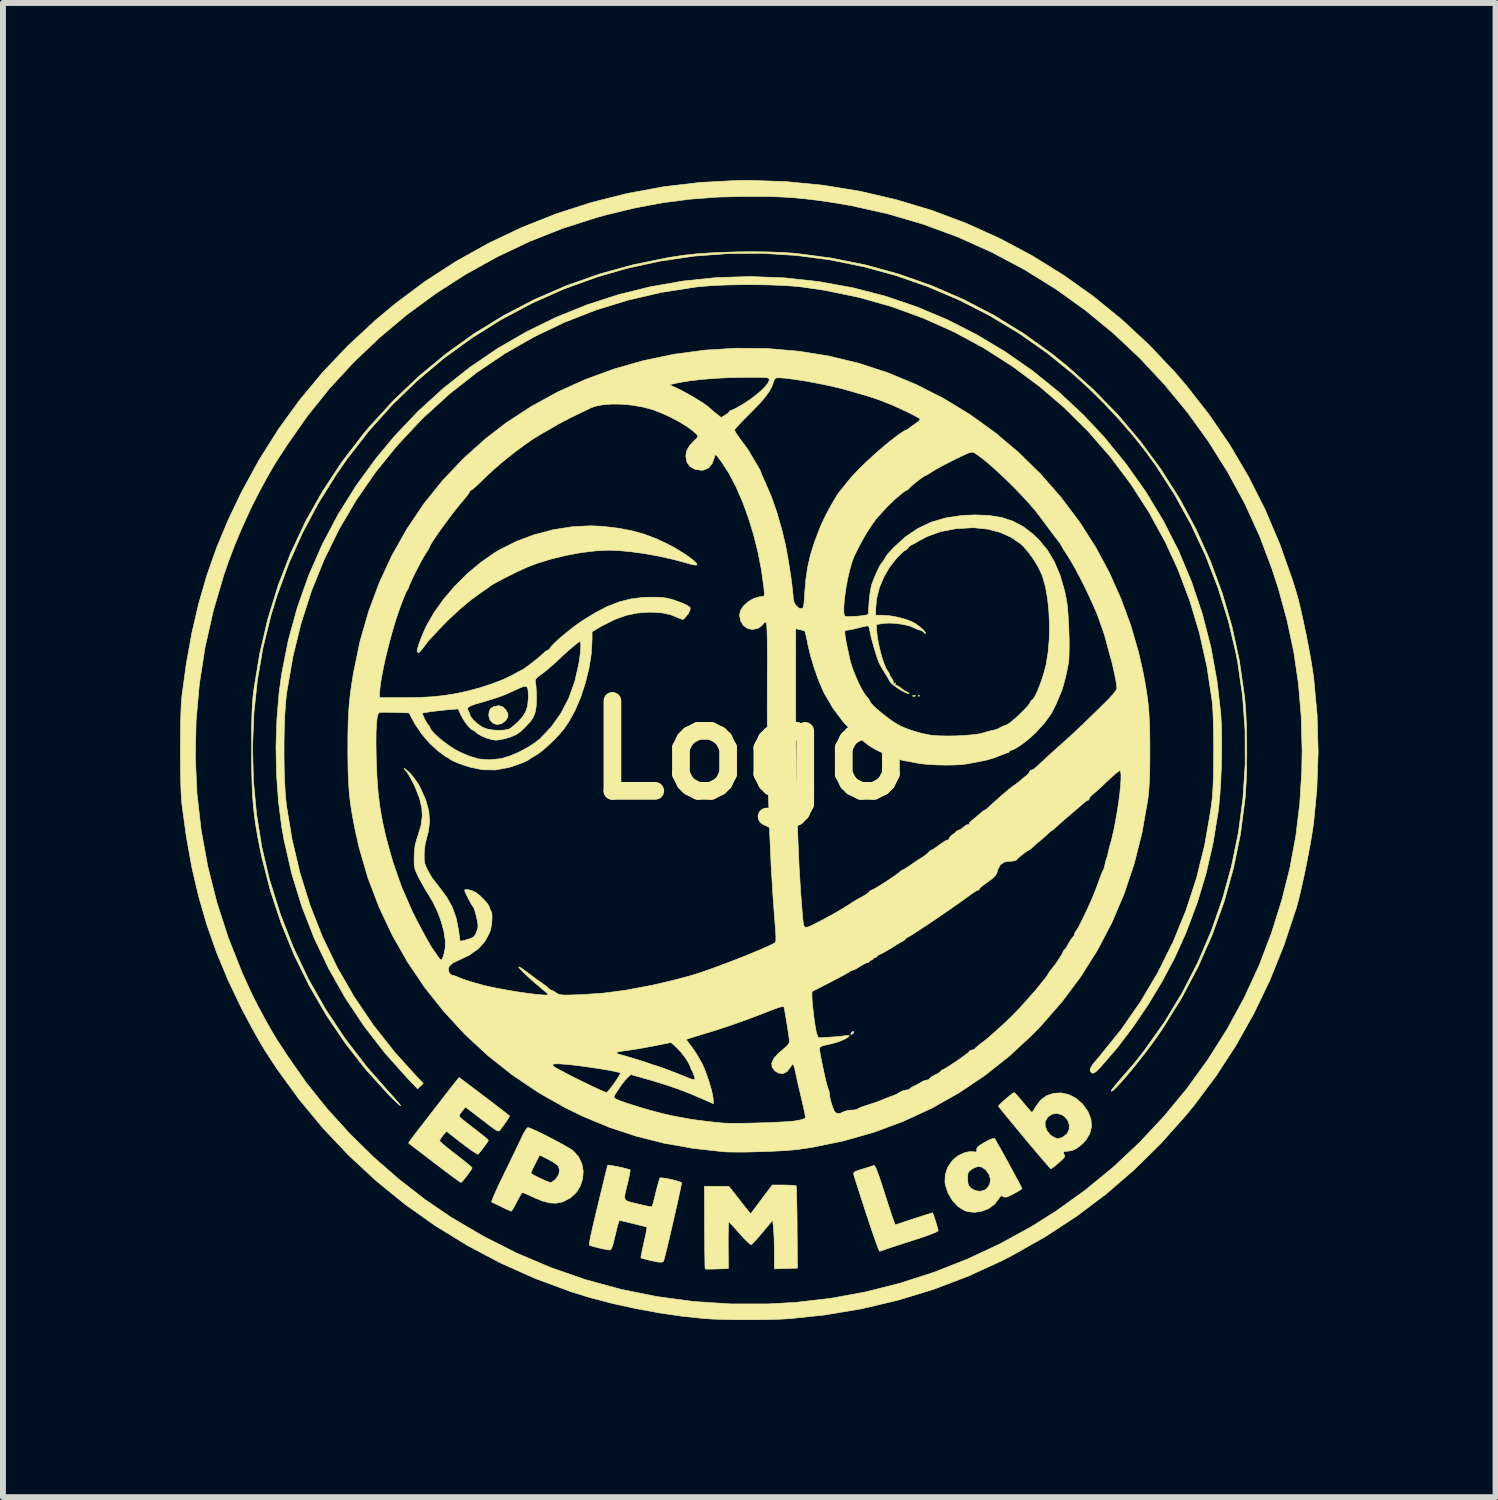
<source format=kicad_pcb>
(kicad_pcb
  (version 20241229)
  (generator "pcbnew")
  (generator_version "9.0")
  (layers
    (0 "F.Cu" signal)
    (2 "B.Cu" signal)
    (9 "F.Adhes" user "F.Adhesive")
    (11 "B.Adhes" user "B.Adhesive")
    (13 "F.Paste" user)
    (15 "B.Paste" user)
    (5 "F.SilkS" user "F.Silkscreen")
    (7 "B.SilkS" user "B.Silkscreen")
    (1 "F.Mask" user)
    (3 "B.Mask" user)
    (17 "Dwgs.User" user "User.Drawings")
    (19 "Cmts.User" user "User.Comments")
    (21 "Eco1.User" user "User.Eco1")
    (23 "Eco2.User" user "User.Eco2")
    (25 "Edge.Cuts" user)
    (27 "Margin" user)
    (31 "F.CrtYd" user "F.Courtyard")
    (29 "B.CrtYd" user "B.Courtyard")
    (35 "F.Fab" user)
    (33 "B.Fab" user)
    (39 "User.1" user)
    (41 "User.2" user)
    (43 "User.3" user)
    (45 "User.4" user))
  (footprint "Logo"
    (layer "F.Cu")
    (at 9.646 9.657)
    (property "Reference" "Logo" (at 0 0 0) (layer "F.SilkS") (effects (font (size 1.524 1.524) (thickness 0.3))))
    (attr through_hole)
    (fp_poly (pts (xy 2.879 -0.921) (xy 2.868 -0.91) (xy 2.857 -0.921) (xy 2.868 -0.931) (xy 2.879 -0.921)) (stroke (width 0.01) (type solid)) (fill yes) (layer "F.SilkS"))
    (fp_poly (pts (xy 2.809 -0.923) (xy 2.803 -0.913) (xy 2.782 -0.912) (xy 2.759 -0.917) (xy 2.769 -0.925) (xy 2.802 -0.927) (xy 2.809 -0.923)) (stroke (width 0.01) (type solid)) (fill yes) (layer "F.SilkS"))
    (fp_poly (pts (xy 1.769 4.768) (xy 1.764 4.787) (xy 1.747 4.804) (xy 1.72 4.818) (xy 1.714 4.809) (xy 1.728 4.781) (xy 1.754 4.765) (xy 1.769 4.768)) (stroke (width 0.01) (type solid)) (fill yes) (layer "F.SilkS"))
    (fp_poly (pts (xy -4.179 -0.733) (xy -4.128 -0.684) (xy -4.091 -0.618) (xy -4.094 -0.558) (xy -4.133 -0.499) (xy -4.202 -0.447) (xy -4.279 -0.434) (xy -4.342 -0.455) (xy -4.396 -0.507) (xy -4.417 -0.584) (xy -4.411 -0.651) (xy -4.388 -0.702) (xy -4.337 -0.735) (xy -4.327 -0.739) (xy -4.245 -0.754) (xy -4.179 -0.733)) (stroke (width 0.01) (type solid)) (fill yes) (layer "F.SilkS"))
    (fp_poly (pts (xy 0.67 7.368) (xy 0.74 7.372) (xy 0.783 7.378) (xy 0.791 7.382) (xy 0.793 7.407) (xy 0.796 7.468) (xy 0.799 7.562) (xy 0.801 7.683) (xy 0.804 7.825) (xy 0.806 7.984) (xy 0.806 8.086) (xy 0.812 8.774) (xy 0.618 8.78) (xy 0.423 8.786) (xy 0.421 8.494) (xy 0.419 8.375) (xy 0.416 8.259) (xy 0.411 8.159) (xy 0.406 8.088) (xy 0.405 8.082) (xy 0.392 7.962) (xy 0.222 8.165) (xy 0.156 8.244) (xy 0.097 8.309) (xy 0.053 8.356) (xy 0.029 8.376) (xy 0.028 8.377) (xy 0.006 8.364) (xy -0.038 8.326) (xy -0.097 8.267) (xy -0.164 8.193) (xy -0.168 8.187) (xy -0.235 8.112) (xy -0.291 8.05) (xy -0.332 8.008) (xy -0.351 7.99) (xy -0.352 7.99) (xy -0.355 8.01) (xy -0.358 8.066) (xy -0.36 8.151) (xy -0.361 8.259) (xy -0.361 8.383) (xy -0.361 8.386) (xy -0.358 8.781) (xy -0.551 8.788) (xy -0.637 8.79) (xy -0.705 8.791) (xy -0.745 8.789) (xy -0.751 8.788) (xy -0.753 8.766) (xy -0.755 8.707) (xy -0.756 8.615) (xy -0.758 8.496) (xy -0.759 8.355) (xy -0.76 8.196) (xy -0.761 8.084) (xy -0.764 7.387) (xy -0.556 7.388) (xy -0.349 7.389) (xy -0.166 7.622) (xy 0.018 7.855) (xy 0.385 7.366) (xy 0.583 7.366) (xy 0.67 7.368)) (stroke (width 0.01) (type solid)) (fill yes) (layer "F.SilkS"))
    (fp_poly (pts (xy 2.122 7.045) (xy 2.145 7.088) (xy 2.175 7.166) (xy 2.215 7.279) (xy 2.264 7.432) (xy 2.265 7.433) (xy 2.307 7.565) (xy 2.347 7.689) (xy 2.383 7.799) (xy 2.411 7.884) (xy 2.43 7.939) (xy 2.431 7.942) (xy 2.467 8.041) (xy 2.783 7.937) (xy 2.891 7.902) (xy 2.983 7.872) (xy 3.053 7.851) (xy 3.094 7.839) (xy 3.102 7.838) (xy 3.113 7.864) (xy 3.131 7.917) (xy 3.153 7.985) (xy 3.173 8.053) (xy 3.189 8.109) (xy 3.196 8.14) (xy 3.196 8.141) (xy 3.177 8.155) (xy 3.121 8.18) (xy 3.035 8.213) (xy 2.922 8.253) (xy 2.787 8.297) (xy 2.757 8.307) (xy 2.625 8.349) (xy 2.504 8.389) (xy 2.402 8.422) (xy 2.324 8.448) (xy 2.277 8.465) (xy 2.269 8.468) (xy 2.225 8.483) (xy 2.203 8.488) (xy 2.193 8.468) (xy 2.171 8.414) (xy 2.139 8.328) (xy 2.1 8.217) (xy 2.055 8.085) (xy 2.006 7.938) (xy 1.983 7.869) (xy 1.932 7.712) (xy 1.885 7.567) (xy 1.844 7.438) (xy 1.809 7.331) (xy 1.784 7.252) (xy 1.77 7.205) (xy 1.768 7.197) (xy 1.764 7.17) (xy 1.773 7.15) (xy 1.803 7.132) (xy 1.861 7.112) (xy 1.918 7.094) (xy 1.998 7.07) (xy 2.063 7.049) (xy 2.103 7.036) (xy 2.107 7.034) (xy 2.122 7.045)) (stroke (width 0.01) (type solid)) (fill yes) (layer "F.SilkS"))
    (fp_poly (pts (xy 4.149 6.576) (xy 4.165 6.6) (xy 4.196 6.654) (xy 4.24 6.731) (xy 4.293 6.826) (xy 4.351 6.931) (xy 4.411 7.04) (xy 4.469 7.147) (xy 4.522 7.246) (xy 4.566 7.328) (xy 4.597 7.389) (xy 4.613 7.422) (xy 4.614 7.426) (xy 4.597 7.442) (xy 4.551 7.471) (xy 4.486 7.508) (xy 4.476 7.513) (xy 4.401 7.551) (xy 4.352 7.57) (xy 4.319 7.571) (xy 4.297 7.561) (xy 4.265 7.548) (xy 4.242 7.565) (xy 4.225 7.594) (xy 4.153 7.689) (xy 4.053 7.763) (xy 3.935 7.81) (xy 3.81 7.829) (xy 3.689 7.815) (xy 3.641 7.798) (xy 3.53 7.729) (xy 3.436 7.627) (xy 3.363 7.503) (xy 3.318 7.366) (xy 3.311 7.319) (xy 3.313 7.259) (xy 3.695 7.259) (xy 3.699 7.33) (xy 3.714 7.377) (xy 3.745 7.414) (xy 3.754 7.422) (xy 3.827 7.462) (xy 3.91 7.472) (xy 3.986 7.451) (xy 4.017 7.429) (xy 4.069 7.355) (xy 4.082 7.272) (xy 4.058 7.186) (xy 4.001 7.109) (xy 3.934 7.061) (xy 3.865 7.053) (xy 3.787 7.084) (xy 3.766 7.097) (xy 3.723 7.13) (xy 3.702 7.162) (xy 3.695 7.211) (xy 3.695 7.259) (xy 3.313 7.259) (xy 3.316 7.19) (xy 3.357 7.067) (xy 3.43 6.958) (xy 3.528 6.872) (xy 3.646 6.817) (xy 3.651 6.816) (xy 3.721 6.802) (xy 3.784 6.801) (xy 3.8 6.803) (xy 3.839 6.809) (xy 3.85 6.791) (xy 3.849 6.77) (xy 3.851 6.742) (xy 3.873 6.714) (xy 3.921 6.68) (xy 3.987 6.641) (xy 4.057 6.604) (xy 4.113 6.581) (xy 4.146 6.574) (xy 4.149 6.576)) (stroke (width 0.01) (type solid)) (fill yes) (layer "F.SilkS"))
    (fp_poly (pts (xy -2.473 -3.79) (xy -2.217 -3.759) (xy -1.99 -3.716) (xy -1.78 -3.657) (xy -1.575 -3.579) (xy -1.408 -3.501) (xy -1.296 -3.443) (xy -1.187 -3.379) (xy -1.086 -3.315) (xy -1 -3.254) (xy -0.934 -3.202) (xy -0.896 -3.162) (xy -0.889 -3.144) (xy -0.901 -3.135) (xy -0.941 -3.138) (xy -1.013 -3.155) (xy -1.085 -3.176) (xy -1.303 -3.234) (xy -1.536 -3.286) (xy -1.774 -3.329) (xy -2.006 -3.361) (xy -2.219 -3.381) (xy -2.382 -3.387) (xy -2.606 -3.376) (xy -2.852 -3.346) (xy -3.108 -3.299) (xy -3.359 -3.238) (xy -3.594 -3.166) (xy -3.757 -3.104) (xy -3.851 -3.062) (xy -3.957 -3.012) (xy -4.066 -2.958) (xy -4.172 -2.905) (xy -4.266 -2.855) (xy -4.341 -2.813) (xy -4.39 -2.782) (xy -4.403 -2.772) (xy -4.424 -2.756) (xy -4.472 -2.722) (xy -4.536 -2.679) (xy -4.551 -2.668) (xy -4.73 -2.537) (xy -4.921 -2.376) (xy -5.116 -2.193) (xy -5.228 -2.078) (xy -5.303 -1.999) (xy -5.369 -1.928) (xy -5.419 -1.874) (xy -5.447 -1.842) (xy -5.45 -1.838) (xy -5.513 -1.754) (xy -5.556 -1.699) (xy -5.584 -1.668) (xy -5.601 -1.653) (xy -5.61 -1.651) (xy -5.629 -1.668) (xy -5.63 -1.679) (xy -5.63 -1.683) (xy -5.609 -1.683) (xy -5.599 -1.672) (xy -5.588 -1.683) (xy -5.599 -1.693) (xy -5.609 -1.683) (xy -5.63 -1.683) (xy -5.622 -1.724) (xy -5.6 -1.797) (xy -5.567 -1.886) (xy -5.528 -1.983) (xy -5.486 -2.076) (xy -5.478 -2.095) (xy -5.347 -2.325) (xy -5.182 -2.557) (xy -4.989 -2.782) (xy -4.775 -2.994) (xy -4.546 -3.185) (xy -4.309 -3.349) (xy -4.241 -3.39) (xy -3.953 -3.535) (xy -3.645 -3.65) (xy -3.325 -3.734) (xy -3.003 -3.785) (xy -2.685 -3.801) (xy -2.473 -3.79)) (stroke (width 0.01) (type solid)) (fill yes) (layer "F.SilkS"))
    (fp_poly (pts (xy 4.502 5.816) (xy 4.541 5.857) (xy 4.594 5.918) (xy 4.636 5.969) (xy 4.694 6.038) (xy 4.742 6.094) (xy 4.774 6.129) (xy 4.784 6.137) (xy 4.799 6.12) (xy 4.827 6.077) (xy 4.852 6.034) (xy 4.932 5.927) (xy 5.033 5.853) (xy 5.149 5.813) (xy 5.273 5.805) (xy 5.4 5.831) (xy 5.521 5.891) (xy 5.632 5.985) (xy 5.64 5.993) (xy 5.732 6.12) (xy 5.783 6.248) (xy 5.794 6.374) (xy 5.764 6.496) (xy 5.693 6.611) (xy 5.633 6.674) (xy 5.545 6.743) (xy 5.466 6.781) (xy 5.384 6.794) (xy 5.373 6.795) (xy 5.329 6.799) (xy 5.318 6.816) (xy 5.323 6.832) (xy 5.337 6.87) (xy 5.341 6.883) (xy 5.328 6.902) (xy 5.292 6.939) (xy 5.242 6.985) (xy 5.188 7.031) (xy 5.141 7.068) (xy 5.11 7.089) (xy 5.105 7.09) (xy 5.088 7.074) (xy 5.048 7.03) (xy 4.988 6.96) (xy 4.91 6.87) (xy 4.819 6.762) (xy 4.717 6.641) (xy 4.657 6.569) (xy 4.551 6.441) (xy 4.454 6.324) (xy 4.433 6.299) (xy 5.007 6.299) (xy 5.009 6.37) (xy 5.039 6.447) (xy 5.092 6.514) (xy 5.126 6.54) (xy 5.188 6.573) (xy 5.236 6.58) (xy 5.29 6.563) (xy 5.313 6.551) (xy 5.38 6.496) (xy 5.414 6.425) (xy 5.417 6.346) (xy 5.389 6.268) (xy 5.331 6.202) (xy 5.281 6.172) (xy 5.197 6.152) (xy 5.116 6.169) (xy 5.05 6.217) (xy 5.009 6.293) (xy 5.007 6.299) (xy 4.433 6.299) (xy 4.369 6.222) (xy 4.3 6.137) (xy 4.25 6.075) (xy 4.222 6.039) (xy 4.217 6.032) (xy 4.229 6.013) (xy 4.265 5.976) (xy 4.316 5.929) (xy 4.373 5.88) (xy 4.427 5.837) (xy 4.467 5.808) (xy 4.484 5.8) (xy 4.502 5.816)) (stroke (width 0.01) (type solid)) (fill yes) (layer "F.SilkS"))
    (fp_poly (pts (xy -3.719 6.402) (xy -3.656 6.429) (xy -3.57 6.469) (xy -3.47 6.518) (xy -3.363 6.573) (xy -3.256 6.629) (xy -3.157 6.683) (xy -3.072 6.732) (xy -3.01 6.77) (xy -2.984 6.789) (xy -2.894 6.891) (xy -2.839 7.008) (xy -2.817 7.134) (xy -2.827 7.261) (xy -2.866 7.382) (xy -2.935 7.492) (xy -3.03 7.582) (xy -3.152 7.646) (xy -3.171 7.653) (xy -3.274 7.674) (xy -3.383 7.669) (xy -3.506 7.637) (xy -3.651 7.578) (xy -3.674 7.567) (xy -3.748 7.533) (xy -3.807 7.507) (xy -3.842 7.494) (xy -3.846 7.493) (xy -3.863 7.511) (xy -3.893 7.558) (xy -3.929 7.625) (xy -3.943 7.652) (xy -3.98 7.724) (xy -4.012 7.779) (xy -4.034 7.807) (xy -4.037 7.809) (xy -4.063 7.799) (xy -4.116 7.776) (xy -4.185 7.743) (xy -4.2 7.735) (xy -4.273 7.7) (xy -4.332 7.672) (xy -4.365 7.657) (xy -4.368 7.656) (xy -4.365 7.636) (xy -4.345 7.583) (xy -4.311 7.503) (xy -4.265 7.401) (xy -4.208 7.282) (xy -4.161 7.185) (xy -4.152 7.165) (xy -3.704 7.165) (xy -3.686 7.18) (xy -3.641 7.206) (xy -3.577 7.238) (xy -3.507 7.271) (xy -3.442 7.299) (xy -3.392 7.318) (xy -3.37 7.324) (xy -3.338 7.31) (xy -3.293 7.275) (xy -3.279 7.262) (xy -3.229 7.187) (xy -3.219 7.108) (xy -3.239 7.047) (xy -3.268 7.018) (xy -3.324 6.979) (xy -3.396 6.938) (xy -3.408 6.932) (xy -3.555 6.858) (xy -3.63 7.006) (xy -3.665 7.077) (xy -3.691 7.133) (xy -3.704 7.163) (xy -3.704 7.165) (xy -4.152 7.165) (xy -4.093 7.045) (xy -4.026 6.907) (xy -3.964 6.779) (xy -3.912 6.67) (xy -3.872 6.587) (xy -3.858 6.556) (xy -3.82 6.48) (xy -3.785 6.423) (xy -3.759 6.394) (xy -3.753 6.392) (xy -3.719 6.402)) (stroke (width 0.01) (type solid)) (fill yes) (layer "F.SilkS"))
    (fp_poly (pts (xy -4.901 5.558) (xy -4.855 5.592) (xy -4.787 5.643) (xy -4.702 5.707) (xy -4.605 5.78) (xy -4.502 5.859) (xy -4.399 5.937) (xy -4.3 6.013) (xy -4.212 6.08) (xy -4.14 6.136) (xy -4.089 6.176) (xy -4.066 6.194) (xy -4.073 6.214) (xy -4.1 6.26) (xy -4.144 6.324) (xy -4.2 6.398) (xy -4.211 6.413) (xy -4.227 6.434) (xy -4.24 6.448) (xy -4.255 6.452) (xy -4.279 6.444) (xy -4.316 6.421) (xy -4.372 6.381) (xy -4.451 6.321) (xy -4.558 6.239) (xy -4.564 6.235) (xy -4.811 6.045) (xy -4.871 6.117) (xy -4.908 6.169) (xy -4.915 6.203) (xy -4.909 6.215) (xy -4.884 6.237) (xy -4.833 6.279) (xy -4.761 6.335) (xy -4.677 6.4) (xy -4.655 6.417) (xy -4.571 6.482) (xy -4.5 6.538) (xy -4.45 6.582) (xy -4.425 6.607) (xy -4.424 6.61) (xy -4.437 6.636) (xy -4.473 6.688) (xy -4.528 6.76) (xy -4.595 6.844) (xy -4.616 6.838) (xy -4.664 6.81) (xy -4.733 6.762) (xy -4.817 6.701) (xy -4.872 6.659) (xy -5.133 6.455) (xy -5.191 6.524) (xy -5.227 6.572) (xy -5.247 6.609) (xy -5.249 6.617) (xy -5.233 6.637) (xy -5.189 6.677) (xy -5.122 6.733) (xy -5.038 6.8) (xy -4.974 6.849) (xy -4.882 6.92) (xy -4.803 6.983) (xy -4.742 7.033) (xy -4.707 7.065) (xy -4.699 7.075) (xy -4.711 7.101) (xy -4.742 7.147) (xy -4.783 7.203) (xy -4.826 7.258) (xy -4.863 7.302) (xy -4.887 7.323) (xy -4.889 7.324) (xy -4.909 7.311) (xy -4.958 7.276) (xy -5.032 7.223) (xy -5.125 7.153) (xy -5.233 7.072) (xy -5.336 6.993) (xy -5.453 6.903) (xy -5.559 6.822) (xy -5.648 6.754) (xy -5.717 6.701) (xy -5.761 6.667) (xy -5.775 6.656) (xy -5.765 6.638) (xy -5.734 6.593) (xy -5.684 6.527) (xy -5.622 6.446) (xy -5.595 6.41) (xy -5.515 6.308) (xy -5.42 6.185) (xy -5.318 6.053) (xy -5.218 5.924) (xy -5.167 5.858) (xy -5.091 5.76) (xy -5.024 5.674) (xy -4.97 5.606) (xy -4.934 5.562) (xy -4.919 5.546) (xy -4.918 5.546) (xy -4.901 5.558)) (stroke (width 0.01) (type solid)) (fill yes) (layer "F.SilkS"))
    (fp_poly (pts (xy -2.325 7.038) (xy -2.255 7.051) (xy -2.178 7.067) (xy -2.106 7.084) (xy -2.051 7.099) (xy -2.023 7.11) (xy -2.022 7.111) (xy -2.024 7.135) (xy -2.034 7.192) (xy -2.05 7.27) (xy -2.064 7.33) (xy -2.093 7.446) (xy -2.111 7.527) (xy -2.115 7.582) (xy -2.102 7.617) (xy -2.068 7.64) (xy -2.009 7.658) (xy -1.922 7.679) (xy -1.895 7.686) (xy -1.802 7.708) (xy -1.724 7.725) (xy -1.672 7.734) (xy -1.653 7.735) (xy -1.644 7.711) (xy -1.628 7.655) (xy -1.607 7.576) (xy -1.586 7.492) (xy -1.563 7.398) (xy -1.541 7.319) (xy -1.525 7.265) (xy -1.516 7.245) (xy -1.491 7.244) (xy -1.436 7.251) (xy -1.365 7.264) (xy -1.289 7.281) (xy -1.22 7.3) (xy -1.17 7.316) (xy -1.152 7.327) (xy -1.154 7.35) (xy -1.165 7.408) (xy -1.184 7.495) (xy -1.207 7.605) (xy -1.236 7.733) (xy -1.267 7.871) (xy -1.3 8.014) (xy -1.333 8.157) (xy -1.364 8.292) (xy -1.394 8.415) (xy -1.419 8.518) (xy -1.439 8.596) (xy -1.452 8.643) (xy -1.454 8.651) (xy -1.471 8.669) (xy -1.505 8.674) (xy -1.565 8.668) (xy -1.656 8.649) (xy -1.693 8.64) (xy -1.764 8.623) (xy -1.817 8.609) (xy -1.839 8.601) (xy -1.838 8.579) (xy -1.828 8.525) (xy -1.811 8.445) (xy -1.79 8.348) (xy -1.788 8.34) (xy -1.766 8.243) (xy -1.749 8.161) (xy -1.739 8.104) (xy -1.737 8.08) (xy -1.737 8.08) (xy -1.76 8.072) (xy -1.816 8.058) (xy -1.895 8.038) (xy -1.975 8.018) (xy -2.204 7.964) (xy -2.221 8.009) (xy -2.233 8.048) (xy -2.251 8.118) (xy -2.272 8.205) (xy -2.285 8.26) (xy -2.311 8.365) (xy -2.333 8.431) (xy -2.353 8.463) (xy -2.363 8.467) (xy -2.403 8.462) (xy -2.466 8.45) (xy -2.541 8.434) (xy -2.616 8.416) (xy -2.676 8.399) (xy -2.71 8.387) (xy -2.713 8.385) (xy -2.713 8.361) (xy -2.704 8.303) (xy -2.687 8.217) (xy -2.663 8.109) (xy -2.635 7.987) (xy -2.633 7.98) (xy -2.598 7.832) (xy -2.56 7.674) (xy -2.523 7.521) (xy -2.49 7.385) (xy -2.473 7.313) (xy -2.448 7.211) (xy -2.427 7.125) (xy -2.411 7.062) (xy -2.401 7.032) (xy -2.4 7.03) (xy -2.378 7.03) (xy -2.325 7.038)) (stroke (width 0.01) (type solid)) (fill yes) (layer "F.SilkS"))
    (fp_poly (pts (xy 0.585 -8.001) (xy 1.162 -7.939) (xy 1.739 -7.835) (xy 1.762 -7.83) (xy 2.302 -7.69) (xy 2.832 -7.51) (xy 3.349 -7.292) (xy 3.852 -7.036) (xy 4.337 -6.745) (xy 4.801 -6.421) (xy 5.242 -6.064) (xy 5.658 -5.676) (xy 5.999 -5.313) (xy 6.373 -4.856) (xy 6.71 -4.381) (xy 7.008 -3.888) (xy 7.268 -3.377) (xy 7.489 -2.849) (xy 7.672 -2.304) (xy 7.816 -1.742) (xy 7.92 -1.164) (xy 7.982 -0.624) (xy 7.993 -0.437) (xy 7.998 -0.218) (xy 7.998 0.02) (xy 7.993 0.268) (xy 7.983 0.512) (xy 7.969 0.743) (xy 7.95 0.95) (xy 7.938 1.048) (xy 7.851 1.58) (xy 7.734 2.089) (xy 7.584 2.586) (xy 7.399 3.079) (xy 7.375 3.136) (xy 7.196 3.529) (xy 6.986 3.924) (xy 6.751 4.313) (xy 6.498 4.687) (xy 6.232 5.038) (xy 5.958 5.355) (xy 5.941 5.374) (xy 5.881 5.434) (xy 5.841 5.465) (xy 5.813 5.472) (xy 5.801 5.467) (xy 5.775 5.444) (xy 5.768 5.415) (xy 5.782 5.375) (xy 5.819 5.318) (xy 5.883 5.24) (xy 5.927 5.188) (xy 6.296 4.732) (xy 6.627 4.256) (xy 6.92 3.761) (xy 7.175 3.248) (xy 7.392 2.717) (xy 7.571 2.169) (xy 7.711 1.603) (xy 7.812 1.02) (xy 7.836 0.836) (xy 7.845 0.727) (xy 7.853 0.584) (xy 7.858 0.415) (xy 7.861 0.228) (xy 7.863 0.032) (xy 7.862 -0.165) (xy 7.859 -0.356) (xy 7.855 -0.532) (xy 7.848 -0.684) (xy 7.839 -0.805) (xy 7.836 -0.836) (xy 7.748 -1.416) (xy 7.622 -1.981) (xy 7.458 -2.53) (xy 7.257 -3.061) (xy 7.048 -3.515) (xy 6.769 -4.025) (xy 6.457 -4.51) (xy 6.112 -4.969) (xy 5.736 -5.4) (xy 5.33 -5.803) (xy 4.927 -6.149) (xy 4.458 -6.499) (xy 3.97 -6.811) (xy 3.466 -7.084) (xy 2.944 -7.318) (xy 2.405 -7.514) (xy 1.849 -7.671) (xy 1.277 -7.789) (xy 0.889 -7.846) (xy 0.72 -7.862) (xy 0.519 -7.874) (xy 0.295 -7.882) (xy 0.058 -7.885) (xy -0.181 -7.884) (xy -0.414 -7.879) (xy -0.63 -7.869) (xy -0.819 -7.855) (xy -0.91 -7.845) (xy -1.492 -7.754) (xy -2.058 -7.623) (xy -2.608 -7.453) (xy -3.14 -7.245) (xy -3.655 -6.998) (xy -4.15 -6.715) (xy -4.625 -6.394) (xy -5.079 -6.037) (xy -5.512 -5.643) (xy -5.578 -5.578) (xy -5.976 -5.152) (xy -6.338 -4.704) (xy -6.663 -4.234) (xy -6.952 -3.743) (xy -7.203 -3.233) (xy -7.418 -2.702) (xy -7.595 -2.153) (xy -7.734 -1.586) (xy -7.835 -1.002) (xy -7.846 -0.921) (xy -7.861 -0.764) (xy -7.873 -0.574) (xy -7.881 -0.36) (xy -7.885 -0.132) (xy -7.885 0.101) (xy -7.882 0.331) (xy -7.874 0.547) (xy -7.863 0.74) (xy -7.848 0.902) (xy -7.846 0.921) (xy -7.75 1.508) (xy -7.615 2.079) (xy -7.443 2.631) (xy -7.232 3.166) (xy -6.983 3.682) (xy -6.696 4.18) (xy -6.372 4.658) (xy -6.01 5.116) (xy -5.698 5.463) (xy -5.526 5.645) (xy -5.623 5.736) (xy -5.781 5.572) (xy -6.172 5.135) (xy -6.529 4.675) (xy -6.849 4.194) (xy -7.132 3.694) (xy -7.378 3.175) (xy -7.586 2.64) (xy -7.755 2.09) (xy -7.884 1.525) (xy -7.926 1.287) (xy -7.98 0.858) (xy -8.012 0.406) (xy -8.021 -0.057) (xy -8.006 -0.518) (xy -7.969 -0.966) (xy -7.926 -1.287) (xy -7.813 -1.857) (xy -7.661 -2.413) (xy -7.469 -2.955) (xy -7.239 -3.481) (xy -6.97 -3.99) (xy -6.664 -4.48) (xy -6.321 -4.95) (xy -6.01 -5.323) (xy -5.61 -5.744) (xy -5.185 -6.131) (xy -4.738 -6.484) (xy -4.27 -6.803) (xy -3.782 -7.085) (xy -3.278 -7.332) (xy -2.758 -7.542) (xy -2.224 -7.715) (xy -1.678 -7.85) (xy -1.123 -7.947) (xy -0.559 -8.005) (xy 0.011 -8.023) (xy 0.585 -8.001)) (stroke (width 0.01) (type solid)) (fill yes) (layer "F.SilkS"))
    (fp_poly (pts (xy 0.311 -8.44) (xy 0.545 -8.431) (xy 0.752 -8.418) (xy 0.783 -8.415) (xy 1.379 -8.337) (xy 1.963 -8.22) (xy 2.533 -8.063) (xy 3.088 -7.867) (xy 3.627 -7.633) (xy 4.147 -7.362) (xy 4.648 -7.053) (xy 5.129 -6.708) (xy 5.376 -6.509) (xy 5.825 -6.107) (xy 6.242 -5.679) (xy 6.624 -5.227) (xy 6.973 -4.752) (xy 7.287 -4.257) (xy 7.564 -3.741) (xy 7.805 -3.208) (xy 8.008 -2.658) (xy 8.172 -2.094) (xy 8.298 -1.517) (xy 8.382 -0.928) (xy 8.393 -0.827) (xy 8.407 -0.637) (xy 8.417 -0.416) (xy 8.422 -0.176) (xy 8.423 0.074) (xy 8.42 0.32) (xy 8.412 0.553) (xy 8.399 0.761) (xy 8.392 0.838) (xy 8.316 1.423) (xy 8.198 1.999) (xy 8.04 2.565) (xy 7.841 3.119) (xy 7.603 3.66) (xy 7.325 4.188) (xy 7.007 4.701) (xy 6.915 4.837) (xy 6.832 4.953) (xy 6.741 5.076) (xy 6.643 5.202) (xy 6.545 5.327) (xy 6.448 5.445) (xy 6.358 5.552) (xy 6.277 5.643) (xy 6.21 5.714) (xy 6.161 5.761) (xy 6.133 5.778) (xy 6.132 5.779) (xy 6.126 5.774) (xy 6.133 5.757) (xy 6.157 5.725) (xy 6.199 5.673) (xy 6.263 5.597) (xy 6.347 5.5) (xy 6.429 5.406) (xy 6.491 5.334) (xy 6.54 5.276) (xy 6.584 5.221) (xy 6.63 5.162) (xy 6.687 5.087) (xy 6.701 5.069) (xy 7.035 4.597) (xy 7.333 4.103) (xy 7.596 3.59) (xy 7.823 3.059) (xy 8.013 2.514) (xy 8.166 1.957) (xy 8.282 1.391) (xy 8.358 0.817) (xy 8.396 0.24) (xy 8.394 -0.339) (xy 8.352 -0.917) (xy 8.269 -1.492) (xy 8.243 -1.63) (xy 8.11 -2.193) (xy 7.936 -2.75) (xy 7.725 -3.295) (xy 7.477 -3.826) (xy 7.195 -4.337) (xy 6.881 -4.824) (xy 6.703 -5.069) (xy 6.496 -5.33) (xy 6.262 -5.599) (xy 6.012 -5.867) (xy 5.755 -6.122) (xy 5.503 -6.353) (xy 5.046 -6.724) (xy 4.568 -7.06) (xy 4.07 -7.36) (xy 3.554 -7.624) (xy 3.024 -7.85) (xy 2.481 -8.04) (xy 1.927 -8.191) (xy 1.364 -8.305) (xy 0.794 -8.38) (xy 0.22 -8.416) (xy -0.357 -8.412) (xy -0.934 -8.369) (xy -1.509 -8.285) (xy -2.08 -8.161) (xy -2.582 -8.015) (xy -3.144 -7.812) (xy -3.685 -7.571) (xy -4.207 -7.294) (xy -4.705 -6.982) (xy -5.181 -6.636) (xy -5.631 -6.257) (xy -6.055 -5.846) (xy -6.451 -5.404) (xy -6.817 -4.933) (xy -6.995 -4.678) (xy -7.304 -4.183) (xy -7.573 -3.679) (xy -7.805 -3.16) (xy -8.003 -2.619) (xy -8.106 -2.284) (xy -8.24 -1.743) (xy -8.336 -1.187) (xy -8.396 -0.621) (xy -8.418 -0.05) (xy -8.403 0.52) (xy -8.35 1.086) (xy -8.261 1.642) (xy -8.134 2.183) (xy -8.128 2.202) (xy -7.947 2.779) (xy -7.729 3.336) (xy -7.474 3.873) (xy -7.181 4.389) (xy -6.851 4.886) (xy -6.483 5.364) (xy -6.123 5.774) (xy -6.047 5.857) (xy -5.984 5.928) (xy -5.937 5.983) (xy -5.913 6.016) (xy -5.91 6.023) (xy -5.928 6.013) (xy -5.969 5.977) (xy -6.027 5.921) (xy -6.098 5.851) (xy -6.112 5.837) (xy -6.494 5.416) (xy -6.846 4.966) (xy -7.168 4.49) (xy -7.457 3.991) (xy -7.713 3.471) (xy -7.933 2.933) (xy -8.116 2.38) (xy -8.261 1.815) (xy -8.288 1.688) (xy -8.326 1.491) (xy -8.358 1.311) (xy -8.383 1.14) (xy -8.402 0.972) (xy -8.416 0.796) (xy -8.425 0.607) (xy -8.431 0.395) (xy -8.434 0.154) (xy -8.434 0.011) (xy -8.434 -0.209) (xy -8.433 -0.392) (xy -8.43 -0.546) (xy -8.426 -0.675) (xy -8.42 -0.787) (xy -8.412 -0.888) (xy -8.402 -0.983) (xy -8.396 -1.027) (xy -8.297 -1.632) (xy -8.16 -2.22) (xy -7.985 -2.789) (xy -7.771 -3.341) (xy -7.52 -3.874) (xy -7.231 -4.387) (xy -6.905 -4.881) (xy -6.541 -5.356) (xy -6.444 -5.472) (xy -6.035 -5.919) (xy -5.601 -6.333) (xy -5.143 -6.712) (xy -4.663 -7.056) (xy -4.161 -7.364) (xy -3.638 -7.636) (xy -3.097 -7.87) (xy -2.537 -8.067) (xy -1.96 -8.225) (xy -1.367 -8.345) (xy -1.111 -8.384) (xy -0.922 -8.405) (xy -0.7 -8.421) (xy -0.456 -8.433) (xy -0.199 -8.441) (xy 0.06 -8.443) (xy 0.311 -8.44)) (stroke (width 0.01) (type solid)) (fill yes) (layer "F.SilkS"))
    (fp_poly (pts (xy 0.618 -9.631) (xy 1.25 -9.569) (xy 1.873 -9.467) (xy 2.484 -9.325) (xy 3.083 -9.145) (xy 3.667 -8.926) (xy 4.235 -8.67) (xy 4.785 -8.377) (xy 5.316 -8.048) (xy 5.826 -7.685) (xy 6.314 -7.287) (xy 6.778 -6.855) (xy 7.216 -6.391) (xy 7.396 -6.181) (xy 7.784 -5.685) (xy 8.136 -5.17) (xy 8.452 -4.634) (xy 8.734 -4.075) (xy 8.982 -3.491) (xy 9.198 -2.882) (xy 9.259 -2.682) (xy 9.295 -2.555) (xy 9.334 -2.395) (xy 9.375 -2.212) (xy 9.417 -2.015) (xy 9.457 -1.814) (xy 9.494 -1.617) (xy 9.525 -1.435) (xy 9.549 -1.277) (xy 9.556 -1.228) (xy 9.614 -0.601) (xy 9.632 0.03) (xy 9.61 0.66) (xy 9.556 1.228) (xy 9.534 1.378) (xy 9.505 1.555) (xy 9.469 1.748) (xy 9.43 1.95) (xy 9.389 2.149) (xy 9.347 2.337) (xy 9.307 2.506) (xy 9.271 2.644) (xy 9.26 2.68) (xy 9.055 3.298) (xy 8.818 3.889) (xy 8.547 4.454) (xy 8.243 4.997) (xy 7.904 5.518) (xy 7.529 6.019) (xy 7.396 6.181) (xy 6.971 6.659) (xy 6.522 7.102) (xy 6.048 7.512) (xy 5.547 7.89) (xy 5.019 8.236) (xy 4.461 8.552) (xy 4.276 8.648) (xy 3.707 8.909) (xy 3.121 9.132) (xy 2.519 9.316) (xy 1.902 9.462) (xy 1.27 9.568) (xy 0.678 9.63) (xy 0.538 9.638) (xy 0.365 9.644) (xy 0.172 9.647) (xy -0.032 9.648) (xy -0.237 9.647) (xy -0.431 9.643) (xy -0.605 9.638) (xy -0.748 9.629) (xy -0.762 9.628) (xy -1.14 9.589) (xy -1.536 9.531) (xy -1.937 9.457) (xy -2.331 9.37) (xy -2.707 9.271) (xy -3.02 9.175) (xy -3.625 8.951) (xy -4.211 8.69) (xy -4.774 8.393) (xy -5.315 8.061) (xy -5.831 7.696) (xy -6.322 7.297) (xy -6.786 6.867) (xy -7.223 6.405) (xy -7.631 5.913) (xy -8.009 5.393) (xy -8.217 5.073) (xy -8.28 4.968) (xy -8.356 4.835) (xy -8.439 4.685) (xy -8.522 4.53) (xy -8.601 4.38) (xy -8.616 4.35) (xy -8.836 3.888) (xy -9.027 3.427) (xy -9.191 2.961) (xy -9.33 2.483) (xy -9.446 1.986) (xy -9.54 1.463) (xy -9.614 0.921) (xy -9.623 0.819) (xy -9.63 0.682) (xy -9.635 0.518) (xy -9.639 0.334) (xy -9.641 0.137) (xy -9.641 0.119) (xy -9.387 0.119) (xy -9.359 0.738) (xy -9.289 1.354) (xy -9.177 1.967) (xy -9.024 2.575) (xy -8.83 3.176) (xy -8.594 3.771) (xy -8.451 4.085) (xy -8.396 4.198) (xy -8.33 4.327) (xy -8.257 4.463) (xy -8.184 4.598) (xy -8.114 4.723) (xy -8.052 4.828) (xy -8.004 4.906) (xy -8.001 4.911) (xy -7.976 4.949) (xy -7.934 5.013) (xy -7.88 5.095) (xy -7.821 5.186) (xy -7.821 5.186) (xy -7.509 5.632) (xy -7.16 6.068) (xy -6.779 6.489) (xy -6.372 6.89) (xy -5.943 7.265) (xy -5.498 7.611) (xy -5.059 7.91) (xy -4.509 8.234) (xy -3.945 8.519) (xy -3.368 8.764) (xy -2.779 8.969) (xy -2.178 9.133) (xy -1.567 9.256) (xy -0.946 9.339) (xy -0.317 9.38) (xy 0.32 9.38) (xy 0.783 9.354) (xy 1.372 9.286) (xy 1.961 9.178) (xy 2.547 9.03) (xy 3.124 8.844) (xy 3.691 8.621) (xy 4.244 8.362) (xy 4.778 8.069) (xy 5.195 7.806) (xy 5.688 7.452) (xy 6.159 7.065) (xy 6.604 6.648) (xy 7.021 6.202) (xy 7.41 5.731) (xy 7.767 5.237) (xy 8.092 4.723) (xy 8.381 4.191) (xy 8.633 3.645) (xy 8.846 3.085) (xy 8.85 3.072) (xy 9.021 2.523) (xy 9.156 1.984) (xy 9.255 1.447) (xy 9.321 0.904) (xy 9.355 0.347) (xy 9.36 0) (xy 9.345 -0.57) (xy 9.299 -1.121) (xy 9.22 -1.66) (xy 9.106 -2.197) (xy 8.958 -2.739) (xy 8.85 -3.072) (xy 8.638 -3.633) (xy 8.387 -4.181) (xy 8.098 -4.713) (xy 7.774 -5.228) (xy 7.417 -5.723) (xy 7.028 -6.194) (xy 6.611 -6.641) (xy 6.166 -7.059) (xy 5.695 -7.447) (xy 5.201 -7.802) (xy 5.194 -7.807) (xy 4.657 -8.14) (xy 4.102 -8.435) (xy 3.532 -8.691) (xy 2.945 -8.908) (xy 2.343 -9.085) (xy 1.726 -9.223) (xy 1.397 -9.279) (xy 1.17 -9.312) (xy 0.965 -9.337) (xy 0.769 -9.356) (xy 0.571 -9.369) (xy 0.36 -9.377) (xy 0.125 -9.38) (xy -0.032 -9.38) (xy -0.531 -9.369) (xy -1.006 -9.333) (xy -1.47 -9.273) (xy -1.935 -9.186) (xy -2.413 -9.071) (xy -2.582 -9.025) (xy -3.158 -8.841) (xy -3.721 -8.619) (xy -4.27 -8.359) (xy -4.801 -8.065) (xy -5.313 -7.736) (xy -5.803 -7.377) (xy -6.268 -6.987) (xy -6.706 -6.57) (xy -7.115 -6.126) (xy -7.491 -5.658) (xy -7.821 -5.186) (xy -7.88 -5.095) (xy -7.934 -5.013) (xy -7.976 -4.949) (xy -8.001 -4.911) (xy -8.001 -4.911) (xy -8.048 -4.836) (xy -8.108 -4.733) (xy -8.177 -4.61) (xy -8.251 -4.475) (xy -8.323 -4.339) (xy -8.39 -4.209) (xy -8.447 -4.094) (xy -8.451 -4.085) (xy -8.595 -3.771) (xy -8.719 -3.477) (xy -8.829 -3.187) (xy -8.904 -2.969) (xy -9.084 -2.357) (xy -9.223 -1.74) (xy -9.319 -1.121) (xy -9.374 -0.501) (xy -9.387 0.119) (xy -9.641 0.119) (xy -9.641 -0.065) (xy -9.64 -0.264) (xy -9.637 -0.453) (xy -9.632 -0.626) (xy -9.626 -0.773) (xy -9.617 -0.889) (xy -9.614 -0.921) (xy -9.539 -1.473) (xy -9.444 -1.994) (xy -9.329 -2.489) (xy -9.19 -2.966) (xy -9.026 -3.432) (xy -8.834 -3.892) (xy -8.616 -4.35) (xy -8.313 -4.907) (xy -7.981 -5.434) (xy -7.619 -5.933) (xy -7.225 -6.406) (xy -6.797 -6.856) (xy -6.334 -7.285) (xy -5.993 -7.569) (xy -5.491 -7.943) (xy -4.966 -8.283) (xy -4.421 -8.586) (xy -3.857 -8.854) (xy -3.277 -9.084) (xy -2.683 -9.276) (xy -2.076 -9.429) (xy -1.46 -9.543) (xy -0.836 -9.617) (xy -0.207 -9.65) (xy -0.022 -9.652) (xy 0.618 -9.631)) (stroke (width 0.01) (type solid)) (fill yes) (layer "F.SilkS"))
    (fp_poly (pts (xy 0.307 -6.803) (xy 0.834 -6.758) (xy 1.338 -6.677) (xy 1.847 -6.555) (xy 2.343 -6.393) (xy 2.824 -6.193) (xy 3.288 -5.957) (xy 3.733 -5.686) (xy 4.156 -5.382) (xy 4.556 -5.045) (xy 4.93 -4.678) (xy 5.277 -4.282) (xy 5.595 -3.859) (xy 5.871 -3.425) (xy 6.093 -3.01) (xy 6.29 -2.569) (xy 6.458 -2.114) (xy 6.591 -1.654) (xy 6.657 -1.366) (xy 6.695 -1.171) (xy 6.724 -0.998) (xy 6.747 -0.836) (xy 6.763 -0.675) (xy 6.773 -0.506) (xy 6.779 -0.318) (xy 6.782 -0.102) (xy 6.782 0) (xy 6.781 0.211) (xy 6.778 0.387) (xy 6.773 0.534) (xy 6.765 0.661) (xy 6.755 0.773) (xy 6.745 0.847) (xy 6.649 1.396) (xy 6.516 1.924) (xy 6.346 2.432) (xy 6.139 2.919) (xy 5.895 3.386) (xy 5.613 3.833) (xy 5.295 4.26) (xy 4.938 4.668) (xy 4.794 4.817) (xy 4.402 5.181) (xy 3.985 5.511) (xy 3.546 5.806) (xy 3.086 6.065) (xy 2.606 6.287) (xy 2.107 6.472) (xy 1.591 6.619) (xy 1.059 6.728) (xy 0.815 6.764) (xy 0.715 6.774) (xy 0.583 6.784) (xy 0.43 6.792) (xy 0.264 6.799) (xy 0.094 6.804) (xy -0.07 6.808) (xy -0.219 6.808) (xy -0.344 6.807) (xy -0.434 6.803) (xy -0.954 6.745) (xy -1.447 6.658) (xy -1.919 6.539) (xy -2.376 6.388) (xy -2.821 6.203) (xy -3.122 6.056) (xy -3.441 5.875) (xy -2.295 5.875) (xy -2.29 5.888) (xy -2.28 5.898) (xy -2.244 5.918) (xy -2.174 5.946) (xy -2.077 5.98) (xy -1.96 6.018) (xy -1.83 6.058) (xy -1.694 6.097) (xy -1.559 6.134) (xy -1.432 6.166) (xy -1.32 6.191) (xy -1.27 6.201) (xy -1.18 6.218) (xy -1.09 6.234) (xy -1.037 6.244) (xy -0.962 6.257) (xy -0.857 6.271) (xy -0.736 6.286) (xy -0.613 6.3) (xy -0.5 6.311) (xy -0.434 6.317) (xy -0.355 6.32) (xy -0.245 6.321) (xy -0.111 6.32) (xy 0.038 6.317) (xy 0.193 6.313) (xy 0.347 6.308) (xy 0.491 6.301) (xy 0.617 6.294) (xy 0.717 6.287) (xy 0.782 6.279) (xy 0.858 6.264) (xy 0.916 6.247) (xy 0.945 6.232) (xy 0.947 6.23) (xy 0.945 6.202) (xy 0.934 6.14) (xy 0.916 6.054) (xy 0.892 5.95) (xy 0.881 5.902) (xy 0.852 5.781) (xy 0.824 5.663) (xy 0.801 5.558) (xy 0.784 5.48) (xy 0.782 5.466) (xy 0.766 5.395) (xy 0.75 5.343) (xy 0.739 5.322) (xy 0.719 5.331) (xy 0.692 5.368) (xy 0.689 5.375) (xy 0.634 5.446) (xy 0.568 5.479) (xy 0.495 5.471) (xy 0.432 5.433) (xy 0.384 5.371) (xy 0.376 5.303) (xy 0.409 5.226) (xy 0.482 5.141) (xy 0.562 5.074) (xy 0.636 5.009) (xy 0.673 4.959) (xy 0.677 4.94) (xy 0.674 4.903) (xy 0.665 4.835) (xy 0.652 4.747) (xy 0.636 4.647) (xy 0.62 4.547) (xy 0.604 4.457) (xy 0.592 4.387) (xy 0.583 4.348) (xy 0.582 4.346) (xy 0.559 4.342) (xy 0.5 4.357) (xy 0.403 4.391) (xy 0.271 4.443) (xy -0.009 4.55) (xy -0.303 4.655) (xy -0.59 4.75) (xy -0.688 4.78) (xy -0.784 4.809) (xy -0.885 4.84) (xy -0.956 4.862) (xy -1.076 4.9) (xy -0.981 5.023) (xy -0.924 5.105) (xy -0.862 5.205) (xy -0.808 5.302) (xy -0.804 5.309) (xy -0.762 5.401) (xy -0.72 5.513) (xy -0.681 5.632) (xy -0.647 5.747) (xy -0.624 5.848) (xy -0.614 5.923) (xy -0.614 5.931) (xy -0.614 5.988) (xy -0.806 5.903) (xy -1.008 5.817) (xy -1.208 5.74) (xy -1.419 5.668) (xy -1.653 5.596) (xy -1.762 5.565) (xy -2.01 5.495) (xy -2.066 5.547) (xy -2.114 5.598) (xy -2.165 5.662) (xy -2.177 5.681) (xy -2.234 5.765) (xy -2.27 5.82) (xy -2.29 5.855) (xy -2.295 5.875) (xy -3.441 5.875) (xy -3.586 5.792) (xy -4.026 5.495) (xy -4.222 5.339) (xy -3.331 5.339) (xy -3.326 5.35) (xy -3.303 5.367) (xy -3.248 5.399) (xy -3.168 5.442) (xy -3.07 5.494) (xy -2.96 5.55) (xy -2.845 5.607) (xy -2.732 5.662) (xy -2.627 5.712) (xy -2.537 5.754) (xy -2.468 5.783) (xy -2.428 5.798) (xy -2.423 5.799) (xy -2.402 5.783) (xy -2.364 5.739) (xy -2.315 5.676) (xy -2.289 5.639) (xy -2.241 5.568) (xy -2.206 5.511) (xy -2.187 5.476) (xy -2.186 5.469) (xy -2.216 5.457) (xy -2.28 5.442) (xy -2.373 5.424) (xy -2.486 5.404) (xy -2.613 5.384) (xy -2.746 5.365) (xy -2.879 5.347) (xy -3.004 5.332) (xy -3.115 5.321) (xy -3.203 5.314) (xy -3.244 5.313) (xy -3.304 5.314) (xy -3.331 5.322) (xy -3.331 5.339) (xy -4.222 5.339) (xy -4.438 5.168) (xy -4.477 5.132) (xy -2.254 5.132) (xy -2.227 5.147) (xy -2.206 5.152) (xy -2.156 5.166) (xy -2.08 5.188) (xy -1.987 5.215) (xy -1.891 5.245) (xy -1.801 5.273) (xy -1.728 5.297) (xy -1.685 5.312) (xy -1.683 5.313) (xy -1.626 5.333) (xy -1.598 5.341) (xy -1.551 5.355) (xy -1.476 5.381) (xy -1.382 5.416) (xy -1.28 5.455) (xy -1.18 5.494) (xy -1.092 5.53) (xy -1.09 5.531) (xy -1.005 5.565) (xy -0.953 5.582) (xy -0.928 5.581) (xy -0.924 5.561) (xy -0.935 5.522) (xy -0.936 5.519) (xy -0.956 5.466) (xy -0.973 5.43) (xy -0.974 5.429) (xy -0.992 5.393) (xy -1.004 5.36) (xy -1.036 5.291) (xy -1.089 5.208) (xy -1.156 5.121) (xy -1.225 5.046) (xy -1.242 5.031) (xy -1.33 4.952) (xy -1.644 5.014) (xy -1.768 5.037) (xy -1.891 5.059) (xy -2 5.076) (xy -2.083 5.088) (xy -2.101 5.09) (xy -2.189 5.102) (xy -2.241 5.116) (xy -2.254 5.132) (xy -4.477 5.132) (xy -4.823 4.811) (xy -5.178 4.426) (xy -5.503 4.017) (xy -5.795 3.584) (xy -6.053 3.13) (xy -6.276 2.656) (xy -6.463 2.165) (xy -6.611 1.658) (xy -6.675 1.376) (xy -6.713 1.184) (xy -6.743 1.012) (xy -6.766 0.851) (xy -6.782 0.692) (xy -6.793 0.525) (xy -6.8 0.34) (xy -6.803 0.128) (xy -6.804 -0.011) (xy -6.803 -0.111) (xy -6.327 -0.111) (xy -6.324 0.117) (xy -6.322 0.18) (xy -6.31 0.467) (xy -6.29 0.726) (xy -6.26 0.969) (xy -6.218 1.208) (xy -6.163 1.454) (xy -6.092 1.718) (xy -6.037 1.905) (xy -5.893 2.319) (xy -5.716 2.723) (xy -5.697 2.762) (xy -5.641 2.874) (xy -5.58 2.99) (xy -5.519 3.104) (xy -5.462 3.207) (xy -5.414 3.293) (xy -5.377 3.353) (xy -5.361 3.376) (xy -5.34 3.406) (xy -5.306 3.455) (xy -5.292 3.476) (xy -5.257 3.524) (xy -5.232 3.552) (xy -5.226 3.556) (xy -5.206 3.537) (xy -5.184 3.485) (xy -5.166 3.411) (xy -5.154 3.342) (xy -5.154 3.216) (xy -5.177 3.067) (xy -5.222 2.904) (xy -5.284 2.736) (xy -5.362 2.573) (xy -5.451 2.424) (xy -5.452 2.424) (xy -5.489 2.364) (xy -5.536 2.282) (xy -5.584 2.193) (xy -5.597 2.17) (xy -5.638 2.086) (xy -5.664 2.023) (xy -5.677 1.966) (xy -5.681 1.897) (xy -5.681 1.81) (xy -5.676 1.698) (xy -5.663 1.605) (xy -5.637 1.509) (xy -5.611 1.432) (xy -5.564 1.273) (xy -5.544 1.125) (xy -5.551 0.978) (xy -5.587 0.824) (xy -5.652 0.653) (xy -5.689 0.572) (xy -5.732 0.488) (xy -5.776 0.412) (xy -5.814 0.357) (xy -5.819 0.351) (xy -5.849 0.315) (xy -5.85 0.307) (xy -5.83 0.319) (xy -5.758 0.382) (xy -5.682 0.472) (xy -5.61 0.576) (xy -5.572 0.646) (xy -5.484 0.846) (xy -5.433 1.031) (xy -5.419 1.206) (xy -5.439 1.375) (xy -5.463 1.463) (xy -5.495 1.593) (xy -5.51 1.734) (xy -5.511 1.757) (xy -5.51 1.848) (xy -5.501 1.915) (xy -5.48 1.976) (xy -5.454 2.029) (xy -5.419 2.094) (xy -5.389 2.145) (xy -5.375 2.167) (xy -5.334 2.218) (xy -5.28 2.289) (xy -5.222 2.365) (xy -5.17 2.434) (xy -5.133 2.484) (xy -5.131 2.487) (xy -5.038 2.652) (xy -4.969 2.843) (xy -4.928 3.05) (xy -4.923 3.089) (xy -4.915 3.16) (xy -4.907 3.212) (xy -4.901 3.234) (xy -4.878 3.233) (xy -4.826 3.221) (xy -4.775 3.206) (xy -4.707 3.182) (xy -4.666 3.157) (xy -4.64 3.118) (xy -4.623 3.078) (xy -4.606 3.028) (xy -4.599 2.985) (xy -4.602 2.935) (xy -4.616 2.863) (xy -4.624 2.827) (xy -4.643 2.75) (xy -4.662 2.69) (xy -4.676 2.658) (xy -4.678 2.656) (xy -4.697 2.632) (xy -4.726 2.582) (xy -4.76 2.519) (xy -4.793 2.454) (xy -4.817 2.401) (xy -4.826 2.372) (xy -4.809 2.36) (xy -4.766 2.363) (xy -4.71 2.378) (xy -4.653 2.402) (xy -4.625 2.419) (xy -4.563 2.468) (xy -4.502 2.528) (xy -4.449 2.589) (xy -4.413 2.641) (xy -4.403 2.67) (xy -4.392 2.709) (xy -4.381 2.72) (xy -4.367 2.751) (xy -4.361 2.811) (xy -4.363 2.889) (xy -4.373 2.974) (xy -4.39 3.053) (xy -4.4 3.083) (xy -4.477 3.232) (xy -4.591 3.361) (xy -4.742 3.47) (xy -4.928 3.558) (xy -5.027 3.606) (xy -5.085 3.658) (xy -5.103 3.715) (xy -5.091 3.762) (xy -5.065 3.799) (xy -5.043 3.81) (xy -5.008 3.818) (xy -4.953 3.838) (xy -4.926 3.85) (xy -4.845 3.882) (xy -4.758 3.911) (xy -4.741 3.916) (xy -4.671 3.936) (xy -4.608 3.954) (xy -4.593 3.959) (xy -4.509 3.982) (xy -4.402 4.007) (xy -4.278 4.033) (xy -4.143 4.058) (xy -4.004 4.082) (xy -3.866 4.104) (xy -3.735 4.122) (xy -3.619 4.136) (xy -3.522 4.145) (xy -3.451 4.149) (xy -3.413 4.145) (xy -3.408 4.14) (xy -3.423 4.123) (xy -3.463 4.087) (xy -3.521 4.038) (xy -3.54 4.022) (xy -3.629 3.947) (xy -3.715 3.871) (xy -3.791 3.801) (xy -3.853 3.74) (xy -3.894 3.696) (xy -3.911 3.672) (xy -3.91 3.67) (xy -3.89 3.677) (xy -3.846 3.705) (xy -3.786 3.748) (xy -3.776 3.756) (xy -3.689 3.821) (xy -3.593 3.892) (xy -3.524 3.94) (xy -3.461 3.986) (xy -3.414 4.023) (xy -3.391 4.045) (xy -3.39 4.046) (xy -3.366 4.064) (xy -3.362 4.064) (xy -3.332 4.075) (xy -3.285 4.103) (xy -3.277 4.109) (xy -3.251 4.126) (xy -3.224 4.138) (xy -3.188 4.145) (xy -3.137 4.148) (xy -3.063 4.148) (xy -2.959 4.145) (xy -2.861 4.142) (xy -2.479 4.116) (xy -2.269 4.089) (xy 1.058 4.089) (xy 1.058 4.178) (xy 1.061 4.248) (xy 1.07 4.343) (xy 1.082 4.452) (xy 1.096 4.563) (xy 1.111 4.666) (xy 1.126 4.751) (xy 1.139 4.806) (xy 1.142 4.812) (xy 1.165 4.872) (xy 1.36 4.861) (xy 1.456 4.855) (xy 1.543 4.847) (xy 1.608 4.839) (xy 1.625 4.836) (xy 1.676 4.83) (xy 1.69 4.839) (xy 1.67 4.861) (xy 1.616 4.893) (xy 1.592 4.904) (xy 1.528 4.931) (xy 1.458 4.954) (xy 1.371 4.977) (xy 1.255 5.003) (xy 1.244 5.005) (xy 1.197 5.028) (xy 1.185 5.056) (xy 1.19 5.096) (xy 1.201 5.167) (xy 1.219 5.257) (xy 1.24 5.36) (xy 1.263 5.465) (xy 1.285 5.565) (xy 1.306 5.651) (xy 1.323 5.713) (xy 1.334 5.744) (xy 1.335 5.746) (xy 1.349 5.78) (xy 1.355 5.83) (xy 1.364 5.897) (xy 1.387 5.983) (xy 1.417 6.069) (xy 1.441 6.121) (xy 1.479 6.154) (xy 1.538 6.151) (xy 1.587 6.128) (xy 1.643 6.108) (xy 1.714 6.097) (xy 1.729 6.097) (xy 1.787 6.093) (xy 1.823 6.083) (xy 1.828 6.079) (xy 1.852 6.065) (xy 1.906 6.043) (xy 1.979 6.017) (xy 1.994 6.013) (xy 2.087 5.983) (xy 2.155 5.96) (xy 2.213 5.938) (xy 2.275 5.913) (xy 2.307 5.899) (xy 2.372 5.874) (xy 2.43 5.853) (xy 2.434 5.852) (xy 2.491 5.828) (xy 2.543 5.797) (xy 2.601 5.768) (xy 2.654 5.757) (xy 2.695 5.752) (xy 2.709 5.741) (xy 2.727 5.723) (xy 2.77 5.699) (xy 2.778 5.696) (xy 2.845 5.662) (xy 2.903 5.627) (xy 2.957 5.599) (xy 3.004 5.588) (xy 3.039 5.58) (xy 3.048 5.567) (xy 3.066 5.547) (xy 3.11 5.518) (xy 3.143 5.501) (xy 3.198 5.472) (xy 3.233 5.447) (xy 3.239 5.438) (xy 3.255 5.419) (xy 3.26 5.419) (xy 3.288 5.407) (xy 3.34 5.377) (xy 3.408 5.333) (xy 3.486 5.282) (xy 3.564 5.228) (xy 3.635 5.177) (xy 3.69 5.135) (xy 3.721 5.107) (xy 3.725 5.101) (xy 3.743 5.084) (xy 3.766 5.08) (xy 3.803 5.072) (xy 3.814 5.062) (xy 3.833 5.041) (xy 3.877 5.003) (xy 3.926 4.964) (xy 3.99 4.915) (xy 4.046 4.87) (xy 4.074 4.846) (xy 4.11 4.813) (xy 4.167 4.762) (xy 4.232 4.704) (xy 4.242 4.695) (xy 4.334 4.611) (xy 4.416 4.533) (xy 4.494 4.454) (xy 4.576 4.368) (xy 4.668 4.267) (xy 4.776 4.145) (xy 4.854 4.056) (xy 4.895 4.006) (xy 4.939 3.951) (xy 4.977 3.903) (xy 5.006 3.868) (xy 5.008 3.866) (xy 5.036 3.828) (xy 5.056 3.794) (xy 5.09 3.742) (xy 5.125 3.699) (xy 5.163 3.652) (xy 5.207 3.59) (xy 5.251 3.523) (xy 5.288 3.463) (xy 5.31 3.42) (xy 5.313 3.408) (xy 5.326 3.387) (xy 5.33 3.387) (xy 5.349 3.369) (xy 5.377 3.325) (xy 5.394 3.294) (xy 5.428 3.233) (xy 5.46 3.187) (xy 5.472 3.175) (xy 5.499 3.14) (xy 5.503 3.121) (xy 5.517 3.083) (xy 5.53 3.065) (xy 5.559 3.022) (xy 5.602 2.942) (xy 5.66 2.825) (xy 5.731 2.674) (xy 5.747 2.638) (xy 5.79 2.542) (xy 5.825 2.46) (xy 5.857 2.38) (xy 5.893 2.285) (xy 5.93 2.18) (xy 5.957 2.11) (xy 5.979 2.057) (xy 5.992 2.032) (xy 5.992 2.032) (xy 6.004 2.006) (xy 6.017 1.955) (xy 6.021 1.937) (xy 6.034 1.878) (xy 6.047 1.837) (xy 6.05 1.831) (xy 6.064 1.793) (xy 6.069 1.766) (xy 6.078 1.721) (xy 6.095 1.654) (xy 6.108 1.607) (xy 6.142 1.479) (xy 6.174 1.337) (xy 6.203 1.186) (xy 6.23 1.032) (xy 6.253 0.88) (xy 6.272 0.736) (xy 6.285 0.607) (xy 6.292 0.497) (xy 6.293 0.413) (xy 6.286 0.361) (xy 6.275 0.346) (xy 6.253 0.357) (xy 6.207 0.393) (xy 6.143 0.448) (xy 6.069 0.517) (xy 6.053 0.531) (xy 5.974 0.607) (xy 5.901 0.674) (xy 5.843 0.725) (xy 5.807 0.755) (xy 5.805 0.756) (xy 5.769 0.79) (xy 5.757 0.817) (xy 5.745 0.844) (xy 5.735 0.847) (xy 5.705 0.86) (xy 5.666 0.891) (xy 5.631 0.922) (xy 5.572 0.973) (xy 5.499 1.036) (xy 5.44 1.086) (xy 5.36 1.154) (xy 5.286 1.219) (xy 5.228 1.271) (xy 5.202 1.296) (xy 5.161 1.333) (xy 5.133 1.354) (xy 5.13 1.355) (xy 5.107 1.368) (xy 5.071 1.401) (xy 5.07 1.402) (xy 5.026 1.444) (xy 4.967 1.496) (xy 4.933 1.524) (xy 4.871 1.576) (xy 4.815 1.625) (xy 4.793 1.646) (xy 4.755 1.679) (xy 4.731 1.693) (xy 4.73 1.693) (xy 4.706 1.706) (xy 4.662 1.737) (xy 4.609 1.778) (xy 4.561 1.819) (xy 4.529 1.851) (xy 4.523 1.858) (xy 4.491 1.874) (xy 4.43 1.881) (xy 4.412 1.881) (xy 4.318 1.894) (xy 4.248 1.942) (xy 4.206 2.02) (xy 4.2 2.044) (xy 4.187 2.088) (xy 4.161 2.129) (xy 4.115 2.173) (xy 4.044 2.227) (xy 3.995 2.262) (xy 3.94 2.302) (xy 3.904 2.336) (xy 3.895 2.351) (xy 3.878 2.37) (xy 3.87 2.371) (xy 3.842 2.383) (xy 3.791 2.414) (xy 3.738 2.452) (xy 3.662 2.508) (xy 3.566 2.577) (xy 3.455 2.654) (xy 3.336 2.737) (xy 3.212 2.822) (xy 3.09 2.905) (xy 2.974 2.982) (xy 2.869 3.051) (xy 2.781 3.108) (xy 2.714 3.15) (xy 2.675 3.172) (xy 2.667 3.175) (xy 2.646 3.188) (xy 2.646 3.193) (xy 2.629 3.213) (xy 2.588 3.239) (xy 2.588 3.239) (xy 2.525 3.274) (xy 2.477 3.304) (xy 2.404 3.351) (xy 2.326 3.397) (xy 2.256 3.436) (xy 2.206 3.46) (xy 2.196 3.464) (xy 2.165 3.483) (xy 2.159 3.495) (xy 2.142 3.512) (xy 2.127 3.514) (xy 2.099 3.525) (xy 2.095 3.535) (xy 2.078 3.554) (xy 2.064 3.556) (xy 2.036 3.567) (xy 2.032 3.577) (xy 2.015 3.596) (xy 1.999 3.598) (xy 1.963 3.61) (xy 1.909 3.639) (xy 1.873 3.662) (xy 1.816 3.698) (xy 1.769 3.721) (xy 1.752 3.725) (xy 1.711 3.739) (xy 1.703 3.745) (xy 1.672 3.766) (xy 1.606 3.804) (xy 1.51 3.856) (xy 1.386 3.921) (xy 1.238 3.997) (xy 1.222 4.005) (xy 1.058 4.089) (xy -2.269 4.089) (xy -2.088 4.065) (xy -1.677 3.987) (xy -1.651 3.982) (xy -1.522 3.953) (xy -1.409 3.927) (xy -1.298 3.9) (xy -1.177 3.868) (xy -1.031 3.829) (xy -0.995 3.819) (xy -0.905 3.792) (xy -0.79 3.754) (xy -0.656 3.707) (xy -0.509 3.653) (xy -0.355 3.595) (xy -0.199 3.535) (xy -0.048 3.475) (xy 0.093 3.417) (xy 0.217 3.365) (xy 0.32 3.319) (xy 0.394 3.283) (xy 0.434 3.259) (xy 0.435 3.259) (xy 0.446 3.226) (xy 0.447 3.152) (xy 0.441 3.054) (xy 0.4 2.511) (xy 0.365 1.931) (xy 0.338 1.32) (xy 0.318 0.682) (xy 0.305 0.023) (xy 0.3 -0.652) (xy 0.3 -0.727) (xy 0.783 -0.727) (xy 0.785 -0.108) (xy 0.792 0.47) (xy 0.803 1.009) (xy 0.82 1.509) (xy 0.84 1.973) (xy 0.866 2.402) (xy 0.897 2.796) (xy 0.903 2.863) (xy 0.912 2.942) (xy 0.927 2.988) (xy 0.956 3.003) (xy 1.006 2.991) (xy 1.084 2.954) (xy 1.101 2.946) (xy 1.25 2.868) (xy 1.397 2.788) (xy 1.532 2.711) (xy 1.644 2.643) (xy 1.704 2.604) (xy 1.773 2.56) (xy 1.856 2.511) (xy 1.902 2.487) (xy 1.964 2.451) (xy 2.009 2.418) (xy 2.026 2.399) (xy 2.054 2.373) (xy 2.067 2.371) (xy 2.095 2.359) (xy 2.149 2.329) (xy 2.22 2.286) (xy 2.301 2.234) (xy 2.383 2.18) (xy 2.458 2.129) (xy 2.517 2.086) (xy 2.552 2.057) (xy 2.558 2.05) (xy 2.582 2.032) (xy 2.585 2.032) (xy 2.612 2.021) (xy 2.662 1.991) (xy 2.726 1.948) (xy 2.735 1.942) (xy 2.809 1.891) (xy 2.879 1.845) (xy 2.929 1.814) (xy 2.985 1.775) (xy 3.029 1.736) (xy 3.03 1.734) (xy 3.063 1.703) (xy 3.083 1.693) (xy 3.108 1.681) (xy 3.156 1.649) (xy 3.217 1.604) (xy 3.226 1.598) (xy 3.289 1.554) (xy 3.34 1.525) (xy 3.37 1.517) (xy 3.372 1.517) (xy 3.383 1.517) (xy 3.379 1.508) (xy 3.386 1.483) (xy 3.419 1.448) (xy 3.434 1.436) (xy 3.48 1.402) (xy 3.507 1.375) (xy 3.51 1.371) (xy 3.534 1.356) (xy 3.546 1.355) (xy 3.58 1.341) (xy 3.623 1.306) (xy 3.629 1.301) (xy 3.671 1.269) (xy 3.704 1.26) (xy 3.708 1.262) (xy 3.722 1.264) (xy 3.719 1.256) (xy 3.726 1.231) (xy 3.758 1.198) (xy 3.762 1.195) (xy 3.812 1.154) (xy 3.873 1.103) (xy 3.893 1.085) (xy 3.94 1.045) (xy 3.975 1.02) (xy 3.984 1.016) (xy 4.008 1.003) (xy 4.046 0.971) (xy 4.049 0.968) (xy 4.153 0.872) (xy 4.256 0.78) (xy 4.351 0.699) (xy 4.429 0.635) (xy 4.48 0.597) (xy 4.54 0.554) (xy 4.592 0.512) (xy 4.604 0.502) (xy 4.656 0.457) (xy 4.694 0.429) (xy 4.729 0.395) (xy 4.741 0.368) (xy 4.758 0.342) (xy 4.772 0.339) (xy 4.808 0.325) (xy 4.852 0.292) (xy 4.853 0.291) (xy 4.919 0.229) (xy 5.006 0.149) (xy 5.103 0.06) (xy 5.201 -0.029) (xy 5.288 -0.106) (xy 5.304 -0.121) (xy 5.409 -0.215) (xy 5.532 -0.329) (xy 5.677 -0.467) (xy 5.846 -0.631) (xy 5.985 -0.767) (xy 6.09 -0.872) (xy 6.163 -0.953) (xy 6.207 -1.01) (xy 6.223 -1.046) (xy 6.223 -1.048) (xy 6.218 -1.098) (xy 6.206 -1.177) (xy 6.188 -1.273) (xy 6.166 -1.373) (xy 6.145 -1.465) (xy 6.129 -1.524) (xy 6.11 -1.59) (xy 6.085 -1.68) (xy 6.06 -1.777) (xy 6.054 -1.799) (xy 6.031 -1.886) (xy 6.009 -1.961) (xy 5.993 -2.012) (xy 5.989 -2.021) (xy 5.974 -2.063) (xy 5.95 -2.13) (xy 5.926 -2.201) (xy 5.884 -2.314) (xy 5.824 -2.453) (xy 5.753 -2.609) (xy 5.675 -2.772) (xy 5.594 -2.932) (xy 5.515 -3.08) (xy 5.443 -3.206) (xy 5.399 -3.277) (xy 5.354 -3.347) (xy 5.314 -3.41) (xy 5.292 -3.449) (xy 5.265 -3.496) (xy 5.246 -3.523) (xy 5.217 -3.56) (xy 5.17 -3.621) (xy 5.113 -3.696) (xy 5.053 -3.777) (xy 4.997 -3.852) (xy 4.953 -3.912) (xy 4.942 -3.927) (xy 4.857 -4.038) (xy 4.749 -4.165) (xy 4.626 -4.3) (xy 4.491 -4.44) (xy 4.351 -4.579) (xy 4.212 -4.71) (xy 4.079 -4.83) (xy 3.957 -4.931) (xy 3.853 -5.009) (xy 3.794 -5.046) (xy 3.76 -5.048) (xy 3.706 -5.033) (xy 3.689 -5.025) (xy 3.579 -4.975) (xy 3.461 -4.917) (xy 3.343 -4.857) (xy 3.236 -4.801) (xy 3.149 -4.752) (xy 3.098 -4.72) (xy 3.042 -4.685) (xy 3.002 -4.661) (xy 2.989 -4.656) (xy 2.963 -4.644) (xy 2.915 -4.611) (xy 2.855 -4.567) (xy 2.794 -4.519) (xy 2.742 -4.474) (xy 2.709 -4.442) (xy 2.704 -4.435) (xy 2.677 -4.407) (xy 2.662 -4.403) (xy 2.634 -4.389) (xy 2.584 -4.352) (xy 2.52 -4.299) (xy 2.449 -4.237) (xy 2.38 -4.171) (xy 2.32 -4.11) (xy 2.308 -4.097) (xy 2.256 -4.04) (xy 2.208 -3.988) (xy 2.191 -3.97) (xy 2.16 -3.936) (xy 2.125 -3.89) (xy 2.079 -3.825) (xy 2.032 -3.756) (xy 1.982 -3.677) (xy 1.924 -3.577) (xy 1.865 -3.469) (xy 1.812 -3.366) (xy 1.772 -3.281) (xy 1.763 -3.26) (xy 1.727 -3.159) (xy 1.694 -3.039) (xy 1.664 -2.908) (xy 1.638 -2.773) (xy 1.618 -2.64) (xy 1.604 -2.518) (xy 1.597 -2.411) (xy 1.598 -2.329) (xy 1.609 -2.278) (xy 1.617 -2.267) (xy 1.645 -2.262) (xy 1.702 -2.262) (xy 1.778 -2.266) (xy 1.858 -2.272) (xy 1.931 -2.281) (xy 1.986 -2.29) (xy 2.007 -2.298) (xy 2.011 -2.32) (xy 2.016 -2.375) (xy 2.022 -2.452) (xy 2.024 -2.495) (xy 2.033 -2.6) (xy 2.049 -2.707) (xy 2.068 -2.796) (xy 2.073 -2.812) (xy 2.101 -2.888) (xy 2.136 -2.973) (xy 2.173 -3.054) (xy 2.207 -3.122) (xy 2.234 -3.166) (xy 2.243 -3.175) (xy 2.264 -3.2) (xy 2.286 -3.237) (xy 2.306 -3.273) (xy 2.329 -3.306) (xy 2.362 -3.345) (xy 2.414 -3.401) (xy 2.446 -3.435) (xy 2.641 -3.613) (xy 2.852 -3.755) (xy 3.08 -3.863) (xy 3.33 -3.936) (xy 3.603 -3.976) (xy 3.821 -3.985) (xy 4.062 -3.975) (xy 4.273 -3.941) (xy 4.462 -3.879) (xy 4.634 -3.788) (xy 4.796 -3.664) (xy 4.907 -3.558) (xy 5.048 -3.387) (xy 5.165 -3.188) (xy 5.262 -2.959) (xy 5.338 -2.695) (xy 5.366 -2.561) (xy 5.38 -2.468) (xy 5.392 -2.346) (xy 5.402 -2.205) (xy 5.409 -2.053) (xy 5.414 -1.9) (xy 5.415 -1.754) (xy 5.413 -1.624) (xy 5.408 -1.52) (xy 5.4 -1.46) (xy 5.365 -1.288) (xy 5.328 -1.138) (xy 5.293 -1.02) (xy 5.268 -0.957) (xy 5.233 -0.877) (xy 5.198 -0.793) (xy 5.192 -0.777) (xy 5.112 -0.62) (xy 4.995 -0.458) (xy 4.843 -0.292) (xy 4.767 -0.222) (xy 4.683 -0.152) (xy 4.599 -0.089) (xy 4.523 -0.039) (xy 4.464 -0.008) (xy 4.436 0) (xy 4.407 0.011) (xy 4.403 0.021) (xy 4.387 0.042) (xy 4.381 0.042) (xy 4.35 0.05) (xy 4.297 0.07) (xy 4.27 0.081) (xy 4.142 0.131) (xy 4.01 0.169) (xy 3.916 0.188) (xy 3.823 0.206) (xy 3.724 0.225) (xy 3.687 0.232) (xy 3.591 0.245) (xy 3.465 0.251) (xy 3.322 0.253) (xy 3.173 0.25) (xy 3.031 0.242) (xy 2.908 0.23) (xy 2.847 0.22) (xy 2.757 0.203) (xy 2.674 0.187) (xy 2.615 0.177) (xy 2.609 0.176) (xy 2.558 0.163) (xy 2.529 0.147) (xy 2.528 0.146) (xy 2.499 0.13) (xy 2.478 0.127) (xy 2.425 0.117) (xy 2.347 0.089) (xy 2.254 0.048) (xy 2.156 -0.001) (xy 2.065 -0.052) (xy 2.003 -0.092) (xy 1.787 -0.27) (xy 1.587 -0.48) (xy 1.411 -0.715) (xy 1.266 -0.964) (xy 1.237 -1.026) (xy 1.164 -1.199) (xy 1.095 -1.394) (xy 1.036 -1.592) (xy 0.991 -1.776) (xy 0.984 -1.815) (xy 0.967 -1.901) (xy 0.951 -1.969) (xy 0.939 -2.011) (xy 0.938 -2.012) (xy 1.614 -2.012) (xy 1.615 -1.971) (xy 1.62 -1.931) (xy 1.634 -1.848) (xy 1.65 -1.766) (xy 1.655 -1.746) (xy 1.672 -1.668) (xy 1.69 -1.583) (xy 1.693 -1.566) (xy 1.717 -1.472) (xy 1.754 -1.361) (xy 1.801 -1.243) (xy 1.852 -1.128) (xy 1.905 -1.025) (xy 1.955 -0.943) (xy 1.997 -0.892) (xy 1.999 -0.89) (xy 2.027 -0.857) (xy 2.032 -0.84) (xy 2.049 -0.807) (xy 2.094 -0.756) (xy 2.161 -0.693) (xy 2.242 -0.625) (xy 2.332 -0.555) (xy 2.422 -0.49) (xy 2.507 -0.436) (xy 2.561 -0.407) (xy 2.667 -0.362) (xy 2.795 -0.319) (xy 2.927 -0.282) (xy 3.046 -0.258) (xy 3.08 -0.253) (xy 3.203 -0.243) (xy 3.345 -0.24) (xy 3.495 -0.242) (xy 3.643 -0.249) (xy 3.778 -0.261) (xy 3.891 -0.276) (xy 3.969 -0.295) (xy 4.041 -0.318) (xy 4.102 -0.333) (xy 4.132 -0.338) (xy 4.174 -0.348) (xy 4.23 -0.373) (xy 4.242 -0.38) (xy 4.298 -0.408) (xy 4.345 -0.426) (xy 4.351 -0.427) (xy 4.387 -0.446) (xy 4.443 -0.488) (xy 4.511 -0.547) (xy 4.583 -0.614) (xy 4.652 -0.682) (xy 4.708 -0.743) (xy 4.744 -0.79) (xy 4.753 -0.806) (xy 4.77 -0.839) (xy 4.782 -0.847) (xy 4.806 -0.866) (xy 4.838 -0.918) (xy 4.876 -0.997) (xy 4.915 -1.094) (xy 4.954 -1.203) (xy 4.989 -1.315) (xy 5.018 -1.424) (xy 5.025 -1.456) (xy 5.058 -1.66) (xy 5.077 -1.883) (xy 5.081 -2.114) (xy 5.071 -2.345) (xy 5.049 -2.566) (xy 5.013 -2.767) (xy 4.965 -2.938) (xy 4.956 -2.963) (xy 4.897 -3.09) (xy 4.818 -3.223) (xy 4.727 -3.35) (xy 4.635 -3.456) (xy 4.592 -3.496) (xy 4.431 -3.606) (xy 4.243 -3.69) (xy 4.036 -3.744) (xy 3.815 -3.767) (xy 3.775 -3.768) (xy 3.496 -3.751) (xy 3.242 -3.703) (xy 3.013 -3.621) (xy 2.868 -3.545) (xy 2.805 -3.507) (xy 2.756 -3.481) (xy 2.733 -3.471) (xy 2.711 -3.456) (xy 2.688 -3.429) (xy 2.658 -3.396) (xy 2.638 -3.387) (xy 2.615 -3.372) (xy 2.572 -3.334) (xy 2.517 -3.278) (xy 2.495 -3.255) (xy 2.374 -3.103) (xy 2.274 -2.93) (xy 2.198 -2.746) (xy 2.152 -2.561) (xy 2.138 -2.409) (xy 2.138 -2.286) (xy 2.26 -2.285) (xy 2.378 -2.276) (xy 2.508 -2.253) (xy 2.635 -2.219) (xy 2.745 -2.178) (xy 2.807 -2.145) (xy 2.877 -2.095) (xy 2.936 -2.045) (xy 2.974 -2.003) (xy 2.984 -1.981) (xy 2.973 -1.977) (xy 2.955 -1.995) (xy 2.918 -2.025) (xy 2.893 -2.032) (xy 2.854 -2.042) (xy 2.799 -2.067) (xy 2.79 -2.072) (xy 2.712 -2.104) (xy 2.606 -2.129) (xy 2.488 -2.146) (xy 2.372 -2.153) (xy 2.273 -2.148) (xy 2.262 -2.146) (xy 2.148 -2.127) (xy 2.154 -2.021) (xy 2.165 -1.919) (xy 2.186 -1.802) (xy 2.214 -1.68) (xy 2.246 -1.563) (xy 2.281 -1.46) (xy 2.314 -1.381) (xy 2.343 -1.337) (xy 2.367 -1.299) (xy 2.371 -1.282) (xy 2.386 -1.246) (xy 2.402 -1.228) (xy 2.43 -1.185) (xy 2.434 -1.16) (xy 2.443 -1.132) (xy 2.459 -1.134) (xy 2.473 -1.137) (xy 2.468 -1.125) (xy 2.469 -1.103) (xy 2.481 -1.101) (xy 2.514 -1.088) (xy 2.56 -1.056) (xy 2.569 -1.048) (xy 2.621 -1.01) (xy 2.667 -0.985) (xy 2.671 -0.983) (xy 2.701 -0.969) (xy 2.703 -0.961) (xy 2.677 -0.961) (xy 2.627 -0.982) (xy 2.564 -1.017) (xy 2.497 -1.06) (xy 2.436 -1.105) (xy 2.391 -1.145) (xy 2.371 -1.174) (xy 2.371 -1.176) (xy 2.36 -1.199) (xy 2.332 -1.246) (xy 2.299 -1.298) (xy 2.254 -1.371) (xy 2.213 -1.443) (xy 2.194 -1.482) (xy 2.169 -1.546) (xy 2.139 -1.638) (xy 2.107 -1.745) (xy 2.077 -1.853) (xy 2.053 -1.949) (xy 2.04 -2.015) (xy 2.028 -2.069) (xy 2.015 -2.102) (xy 2.013 -2.105) (xy 1.987 -2.104) (xy 1.932 -2.093) (xy 1.859 -2.075) (xy 1.851 -2.073) (xy 1.771 -2.053) (xy 1.7 -2.039) (xy 1.655 -2.033) (xy 1.655 -2.033) (xy 1.626 -2.029) (xy 1.614 -2.012) (xy 0.938 -2.012) (xy 0.934 -2.019) (xy 0.906 -2.029) (xy 0.856 -2.041) (xy 0.852 -2.042) (xy 0.783 -2.057) (xy 0.783 -0.727) (xy 0.3 -0.727) (xy 0.301 -1.052) (xy 0.302 -1.314) (xy 0.303 -1.535) (xy 0.302 -1.719) (xy 0.301 -1.868) (xy 0.298 -1.983) (xy 0.295 -2.068) (xy 0.291 -2.124) (xy 0.285 -2.154) (xy 0.282 -2.16) (xy 0.259 -2.17) (xy 0.235 -2.142) (xy 0.233 -2.138) (xy 0.197 -2.099) (xy 0.142 -2.064) (xy 0.134 -2.061) (xy 0.045 -2.044) (xy -0.037 -2.063) (xy -0.105 -2.114) (xy -0.151 -2.191) (xy -0.169 -2.288) (xy -0.169 -2.291) (xy -0.15 -2.371) (xy -0.097 -2.448) (xy -0.02 -2.517) (xy 0.073 -2.57) (xy 0.172 -2.599) (xy 0.219 -2.603) (xy 0.24 -2.607) (xy 0.25 -2.624) (xy 0.251 -2.664) (xy 0.245 -2.736) (xy 0.244 -2.746) (xy 0.204 -3.043) (xy 0.145 -3.344) (xy 0.071 -3.643) (xy -0.018 -3.934) (xy -0.118 -4.208) (xy -0.228 -4.461) (xy -0.345 -4.684) (xy -0.464 -4.868) (xy -0.518 -4.942) (xy -0.553 -4.986) (xy -0.573 -5.003) (xy -0.584 -4.997) (xy -0.591 -4.973) (xy -0.593 -4.964) (xy -0.631 -4.858) (xy -0.69 -4.784) (xy -0.77 -4.746) (xy -0.816 -4.741) (xy -0.925 -4.758) (xy -1.008 -4.804) (xy -1.06 -4.879) (xy -1.079 -4.978) (xy -1.079 -4.983) (xy -1.065 -5.069) (xy -1.019 -5.152) (xy -0.938 -5.241) (xy -0.935 -5.244) (xy -0.891 -5.286) (xy -0.875 -5.312) (xy -0.882 -5.335) (xy -0.901 -5.356) (xy -0.972 -5.42) (xy -0.974 -5.421) (xy -0.254 -5.421) (xy -0.242 -5.394) (xy -0.209 -5.342) (xy -0.161 -5.274) (xy -0.127 -5.228) (xy -0.073 -5.157) (xy -0.031 -5.098) (xy -0.005 -5.061) (xy 0 -5.052) (xy 0.01 -5.03) (xy 0.038 -4.982) (xy 0.078 -4.916) (xy 0.095 -4.887) (xy 0.138 -4.815) (xy 0.171 -4.757) (xy 0.189 -4.721) (xy 0.191 -4.715) (xy 0.199 -4.689) (xy 0.221 -4.636) (xy 0.252 -4.567) (xy 0.253 -4.566) (xy 0.368 -4.3) (xy 0.467 -4.017) (xy 0.554 -3.709) (xy 0.605 -3.493) (xy 0.627 -3.384) (xy 0.65 -3.255) (xy 0.673 -3.115) (xy 0.695 -2.972) (xy 0.714 -2.836) (xy 0.728 -2.716) (xy 0.738 -2.621) (xy 0.741 -2.565) (xy 0.755 -2.504) (xy 0.79 -2.447) (xy 0.836 -2.407) (xy 0.883 -2.396) (xy 0.884 -2.396) (xy 0.9 -2.404) (xy 0.912 -2.427) (xy 0.921 -2.472) (xy 0.928 -2.544) (xy 0.934 -2.652) (xy 0.934 -2.655) (xy 0.954 -2.889) (xy 0.986 -3.104) (xy 1.034 -3.313) (xy 1.101 -3.526) (xy 1.19 -3.758) (xy 1.221 -3.831) (xy 1.262 -3.919) (xy 1.312 -4.02) (xy 1.369 -4.124) (xy 1.425 -4.223) (xy 1.477 -4.309) (xy 1.52 -4.372) (xy 1.546 -4.403) (xy 1.564 -4.424) (xy 1.6 -4.469) (xy 1.647 -4.53) (xy 1.655 -4.54) (xy 1.742 -4.643) (xy 1.857 -4.764) (xy 1.992 -4.895) (xy 2.141 -5.031) (xy 2.296 -5.165) (xy 2.381 -5.234) (xy 2.465 -5.299) (xy 2.541 -5.355) (xy 2.601 -5.396) (xy 2.638 -5.417) (xy 2.645 -5.419) (xy 2.675 -5.432) (xy 2.692 -5.445) (xy 2.726 -5.472) (xy 2.78 -5.51) (xy 2.811 -5.531) (xy 2.86 -5.568) (xy 2.886 -5.599) (xy 2.888 -5.611) (xy 2.865 -5.628) (xy 2.811 -5.658) (xy 2.734 -5.698) (xy 2.642 -5.743) (xy 2.543 -5.789) (xy 2.445 -5.834) (xy 2.402 -5.852) (xy 2.19 -5.936) (xy 1.985 -6.004) (xy 1.958 -6.011) (xy 1.911 -6.025) (xy 1.836 -6.046) (xy 1.743 -6.073) (xy 1.672 -6.094) (xy 1.546 -6.128) (xy 1.398 -6.163) (xy 1.236 -6.198) (xy 1.069 -6.23) (xy 0.906 -6.259) (xy 0.754 -6.282) (xy 0.624 -6.299) (xy 0.522 -6.307) (xy 0.493 -6.308) (xy 0.447 -6.303) (xy 0.422 -6.28) (xy 0.404 -6.228) (xy 0.403 -6.227) (xy 0.373 -6.147) (xy 0.324 -6.061) (xy 0.251 -5.964) (xy 0.152 -5.851) (xy 0.023 -5.719) (xy -0.004 -5.693) (xy -0.087 -5.609) (xy -0.159 -5.535) (xy -0.214 -5.475) (xy -0.247 -5.435) (xy -0.254 -5.421) (xy -0.974 -5.421) (xy -1.075 -5.493) (xy -1.2 -5.568) (xy -1.338 -5.641) (xy -1.481 -5.706) (xy -1.618 -5.76) (xy -1.638 -5.767) (xy -1.8 -5.811) (xy -1.973 -5.842) (xy -2.15 -5.86) (xy -2.32 -5.863) (xy -2.476 -5.852) (xy -2.607 -5.827) (xy -2.678 -5.802) (xy -2.86 -5.715) (xy -3.017 -5.638) (xy -3.145 -5.573) (xy -3.239 -5.522) (xy -3.249 -5.517) (xy -3.384 -5.438) (xy -3.486 -5.38) (xy -3.545 -5.346) (xy -3.67 -5.269) (xy -3.816 -5.168) (xy -3.974 -5.05) (xy -4.136 -4.922) (xy -4.293 -4.789) (xy -4.436 -4.66) (xy -4.532 -4.566) (xy -4.6 -4.5) (xy -4.659 -4.446) (xy -4.701 -4.412) (xy -4.718 -4.403) (xy -4.74 -4.387) (xy -4.741 -4.379) (xy -4.754 -4.354) (xy -4.789 -4.305) (xy -4.839 -4.244) (xy -4.854 -4.226) (xy -4.922 -4.145) (xy -4.998 -4.05) (xy -5.078 -3.945) (xy -5.159 -3.836) (xy -5.236 -3.73) (xy -5.304 -3.633) (xy -5.36 -3.549) (xy -5.399 -3.486) (xy -5.418 -3.448) (xy -5.419 -3.444) (xy -5.43 -3.42) (xy -5.457 -3.374) (xy -5.48 -3.34) (xy -5.516 -3.281) (xy -5.563 -3.198) (xy -5.614 -3.1) (xy -5.666 -2.999) (xy -5.712 -2.904) (xy -5.748 -2.825) (xy -5.768 -2.773) (xy -5.768 -2.773) (xy -5.785 -2.729) (xy -5.798 -2.709) (xy -5.814 -2.684) (xy -5.839 -2.626) (xy -5.872 -2.544) (xy -5.909 -2.447) (xy -5.946 -2.341) (xy -5.982 -2.236) (xy -6 -2.18) (xy -6.051 -2.008) (xy -6.1 -1.828) (xy -6.146 -1.645) (xy -6.187 -1.468) (xy -6.22 -1.303) (xy -6.246 -1.158) (xy -6.261 -1.041) (xy -6.265 -0.97) (xy -6.265 -0.889) (xy -5.846 -0.889) (xy -5.589 -0.893) (xy -5.362 -0.905) (xy -5.155 -0.928) (xy -4.956 -0.961) (xy -4.8 -0.995) (xy -4.579 -1.053) (xy -4.37 -1.121) (xy -4.181 -1.193) (xy -4.022 -1.268) (xy -3.973 -1.295) (xy -3.916 -1.328) (xy -3.874 -1.349) (xy -3.861 -1.355) (xy -3.837 -1.367) (xy -3.79 -1.4) (xy -3.727 -1.446) (xy -3.658 -1.5) (xy -3.59 -1.553) (xy -3.534 -1.601) (xy -3.497 -1.635) (xy -3.494 -1.638) (xy -3.453 -1.675) (xy -3.419 -1.693) (xy -3.416 -1.693) (xy -3.387 -1.71) (xy -3.383 -1.721) (xy -3.361 -1.754) (xy -3.312 -1.806) (xy -3.24 -1.873) (xy -3.153 -1.948) (xy -3.057 -2.026) (xy -2.958 -2.103) (xy -2.863 -2.171) (xy -2.838 -2.188) (xy -2.614 -2.327) (xy -2.407 -2.434) (xy -2.209 -2.511) (xy -2.013 -2.561) (xy -1.812 -2.587) (xy -1.683 -2.591) (xy -1.561 -2.59) (xy -1.469 -2.585) (xy -1.393 -2.574) (xy -1.32 -2.556) (xy -1.282 -2.543) (xy -1.151 -2.496) (xy -1.061 -2.455) (xy -1.012 -2.421) (xy -1.006 -2.414) (xy -1.006 -2.376) (xy -1.034 -2.319) (xy -1.084 -2.253) (xy -1.114 -2.222) (xy -1.139 -2.215) (xy -1.178 -2.229) (xy -1.204 -2.241) (xy -1.332 -2.293) (xy -1.472 -2.324) (xy -1.634 -2.336) (xy -1.704 -2.337) (xy -1.904 -2.322) (xy -2.096 -2.282) (xy -2.289 -2.211) (xy -2.492 -2.109) (xy -2.545 -2.078) (xy -2.667 -2.006) (xy -2.667 -1.874) (xy -2.68 -1.638) (xy -2.719 -1.39) (xy -2.78 -1.141) (xy -2.859 -0.899) (xy -2.955 -0.673) (xy -3.065 -0.474) (xy -3.144 -0.359) (xy -3.215 -0.275) (xy -3.301 -0.183) (xy -3.396 -0.092) (xy -3.488 -0.01) (xy -3.571 0.056) (xy -3.633 0.095) (xy -3.686 0.124) (xy -3.72 0.147) (xy -3.726 0.152) (xy -3.756 0.172) (xy -3.816 0.201) (xy -3.898 0.233) (xy -3.991 0.266) (xy -4.085 0.295) (xy -4.095 0.297) (xy -4.308 0.335) (xy -4.525 0.331) (xy -4.737 0.287) (xy -4.849 0.251) (xy -4.947 0.215) (xy -5.024 0.182) (xy -5.071 0.155) (xy -5.08 0.147) (xy -5.108 0.128) (xy -5.117 0.125) (xy -5.145 0.108) (xy -5.196 0.073) (xy -5.261 0.024) (xy -5.278 0.011) (xy -5.418 -0.117) (xy -5.551 -0.272) (xy -5.663 -0.437) (xy -5.699 -0.501) (xy -5.764 -0.626) (xy -5.54 -0.626) (xy -5.537 -0.604) (xy -5.518 -0.559) (xy -5.492 -0.506) (xy -5.464 -0.457) (xy -5.442 -0.427) (xy -5.436 -0.423) (xy -5.42 -0.406) (xy -5.419 -0.396) (xy -5.401 -0.354) (xy -5.354 -0.296) (xy -5.284 -0.228) (xy -5.197 -0.156) (xy -5.101 -0.085) (xy -5.003 -0.02) (xy -4.909 0.032) (xy -4.868 0.05) (xy -4.802 0.078) (xy -4.746 0.101) (xy -4.731 0.107) (xy -4.583 0.149) (xy -4.414 0.163) (xy -4.237 0.147) (xy -4.193 0.139) (xy -4.064 0.1) (xy -3.92 0.04) (xy -3.775 -0.036) (xy -3.644 -0.118) (xy -3.551 -0.191) (xy -3.359 -0.392) (xy -3.195 -0.624) (xy -3.061 -0.882) (xy -2.959 -1.165) (xy -2.892 -1.459) (xy -2.874 -1.578) (xy -2.862 -1.683) (xy -2.858 -1.766) (xy -2.861 -1.821) (xy -2.872 -1.841) (xy -2.872 -1.841) (xy -2.898 -1.828) (xy -2.948 -1.79) (xy -3.016 -1.732) (xy -3.098 -1.661) (xy -3.185 -1.581) (xy -3.249 -1.52) (xy -3.331 -1.445) (xy -3.419 -1.369) (xy -3.498 -1.306) (xy -3.519 -1.291) (xy -3.583 -1.244) (xy -3.617 -1.211) (xy -3.63 -1.183) (xy -3.626 -1.152) (xy -3.625 -1.147) (xy -3.618 -1.102) (xy -3.613 -1.026) (xy -3.61 -0.934) (xy -3.609 -0.878) (xy -3.613 -0.748) (xy -3.629 -0.647) (xy -3.661 -0.562) (xy -3.715 -0.482) (xy -3.796 -0.394) (xy -3.809 -0.38) (xy -3.886 -0.309) (xy -3.957 -0.262) (xy -4.041 -0.226) (xy -4.07 -0.216) (xy -4.156 -0.192) (xy -4.239 -0.175) (xy -4.297 -0.169) (xy -4.368 -0.179) (xy -4.453 -0.205) (xy -4.537 -0.24) (xy -4.604 -0.278) (xy -4.633 -0.303) (xy -4.666 -0.332) (xy -4.686 -0.339) (xy -4.716 -0.356) (xy -4.76 -0.401) (xy -4.809 -0.463) (xy -4.855 -0.533) (xy -4.891 -0.602) (xy -4.892 -0.603) (xy -4.928 -0.685) (xy -4.775 -0.685) (xy -4.766 -0.672) (xy -4.744 -0.63) (xy -4.741 -0.611) (xy -4.725 -0.57) (xy -4.681 -0.515) (xy -4.619 -0.457) (xy -4.547 -0.404) (xy -4.518 -0.387) (xy -4.446 -0.359) (xy -4.352 -0.342) (xy -4.252 -0.336) (xy -4.156 -0.34) (xy -4.078 -0.356) (xy -4.04 -0.376) (xy -3.925 -0.476) (xy -3.843 -0.565) (xy -3.79 -0.653) (xy -3.76 -0.748) (xy -3.748 -0.858) (xy -3.747 -0.9) (xy -3.749 -0.995) (xy -3.758 -1.055) (xy -3.781 -1.081) (xy -3.824 -1.08) (xy -3.894 -1.053) (xy -3.961 -1.022) (xy -4.056 -0.978) (xy -4.138 -0.942) (xy -4.219 -0.911) (xy -4.305 -0.881) (xy -4.408 -0.849) (xy -4.536 -0.811) (xy -4.642 -0.781) (xy -4.727 -0.75) (xy -4.772 -0.718) (xy -4.775 -0.685) (xy -4.928 -0.685) (xy -4.934 -0.699) (xy -5.086 -0.687) (xy -5.178 -0.678) (xy -5.275 -0.668) (xy -5.37 -0.656) (xy -5.452 -0.644) (xy -5.512 -0.634) (xy -5.54 -0.627) (xy -5.54 -0.626) (xy -5.764 -0.626) (xy -5.767 -0.631) (xy -6 -0.639) (xy -6.098 -0.641) (xy -6.183 -0.642) (xy -6.244 -0.641) (xy -6.269 -0.639) (xy -6.291 -0.614) (xy -6.308 -0.549) (xy -6.319 -0.444) (xy -6.326 -0.298) (xy -6.327 -0.111) (xy -6.803 -0.111) (xy -6.803 -0.242) (xy -6.799 -0.441) (xy -6.792 -0.616) (xy -6.78 -0.778) (xy -6.764 -0.935) (xy -6.742 -1.098) (xy -6.714 -1.276) (xy -6.708 -1.312) (xy -6.599 -1.839) (xy -6.453 -2.348) (xy -6.271 -2.836) (xy -6.054 -3.303) (xy -5.803 -3.748) (xy -5.519 -4.169) (xy -5.202 -4.564) (xy -4.853 -4.933) (xy -4.474 -5.273) (xy -4.128 -5.54) (xy -3.699 -5.821) (xy -3.248 -6.068) (xy -2.98 -6.189) (xy -1.361 -6.189) (xy -1.225 -6.129) (xy -1.147 -6.09) (xy -1.054 -6.04) (xy -0.953 -5.982) (xy -0.856 -5.924) (xy -0.772 -5.869) (xy -0.709 -5.825) (xy -0.685 -5.804) (xy -0.647 -5.769) (xy -0.592 -5.723) (xy -0.565 -5.702) (xy -0.481 -5.635) (xy -0.41 -5.677) (xy -0.364 -5.708) (xy -0.34 -5.734) (xy -0.339 -5.738) (xy -0.322 -5.755) (xy -0.308 -5.757) (xy -0.279 -5.768) (xy -0.222 -5.796) (xy -0.148 -5.838) (xy -0.095 -5.87) (xy 0.013 -5.941) (xy 0.113 -6.018) (xy 0.202 -6.094) (xy 0.272 -6.166) (xy 0.318 -6.226) (xy 0.335 -6.27) (xy 0.334 -6.274) (xy 0.331 -6.289) (xy 0.322 -6.3) (xy 0.302 -6.307) (xy 0.266 -6.312) (xy 0.207 -6.315) (xy 0.122 -6.316) (xy 0.004 -6.316) (xy -0.116 -6.315) (xy -0.361 -6.31) (xy -0.6 -6.297) (xy -0.826 -6.278) (xy -1.029 -6.254) (xy -1.201 -6.225) (xy -1.246 -6.215) (xy -1.361 -6.189) (xy -2.98 -6.189) (xy -2.776 -6.281) (xy -2.287 -6.459) (xy -1.784 -6.602) (xy -1.27 -6.708) (xy -0.748 -6.777) (xy -0.221 -6.809) (xy 0.307 -6.803)) (stroke (width 0.01) (type solid)) (fill yes) (layer "F.SilkS")))
  (gr_rect
    (start -3 -3)
    (end 22.283 22.31)
    (stroke (width 0.1) (type default))
    (fill no)
    (layer "Edge.Cuts")))
</source>
